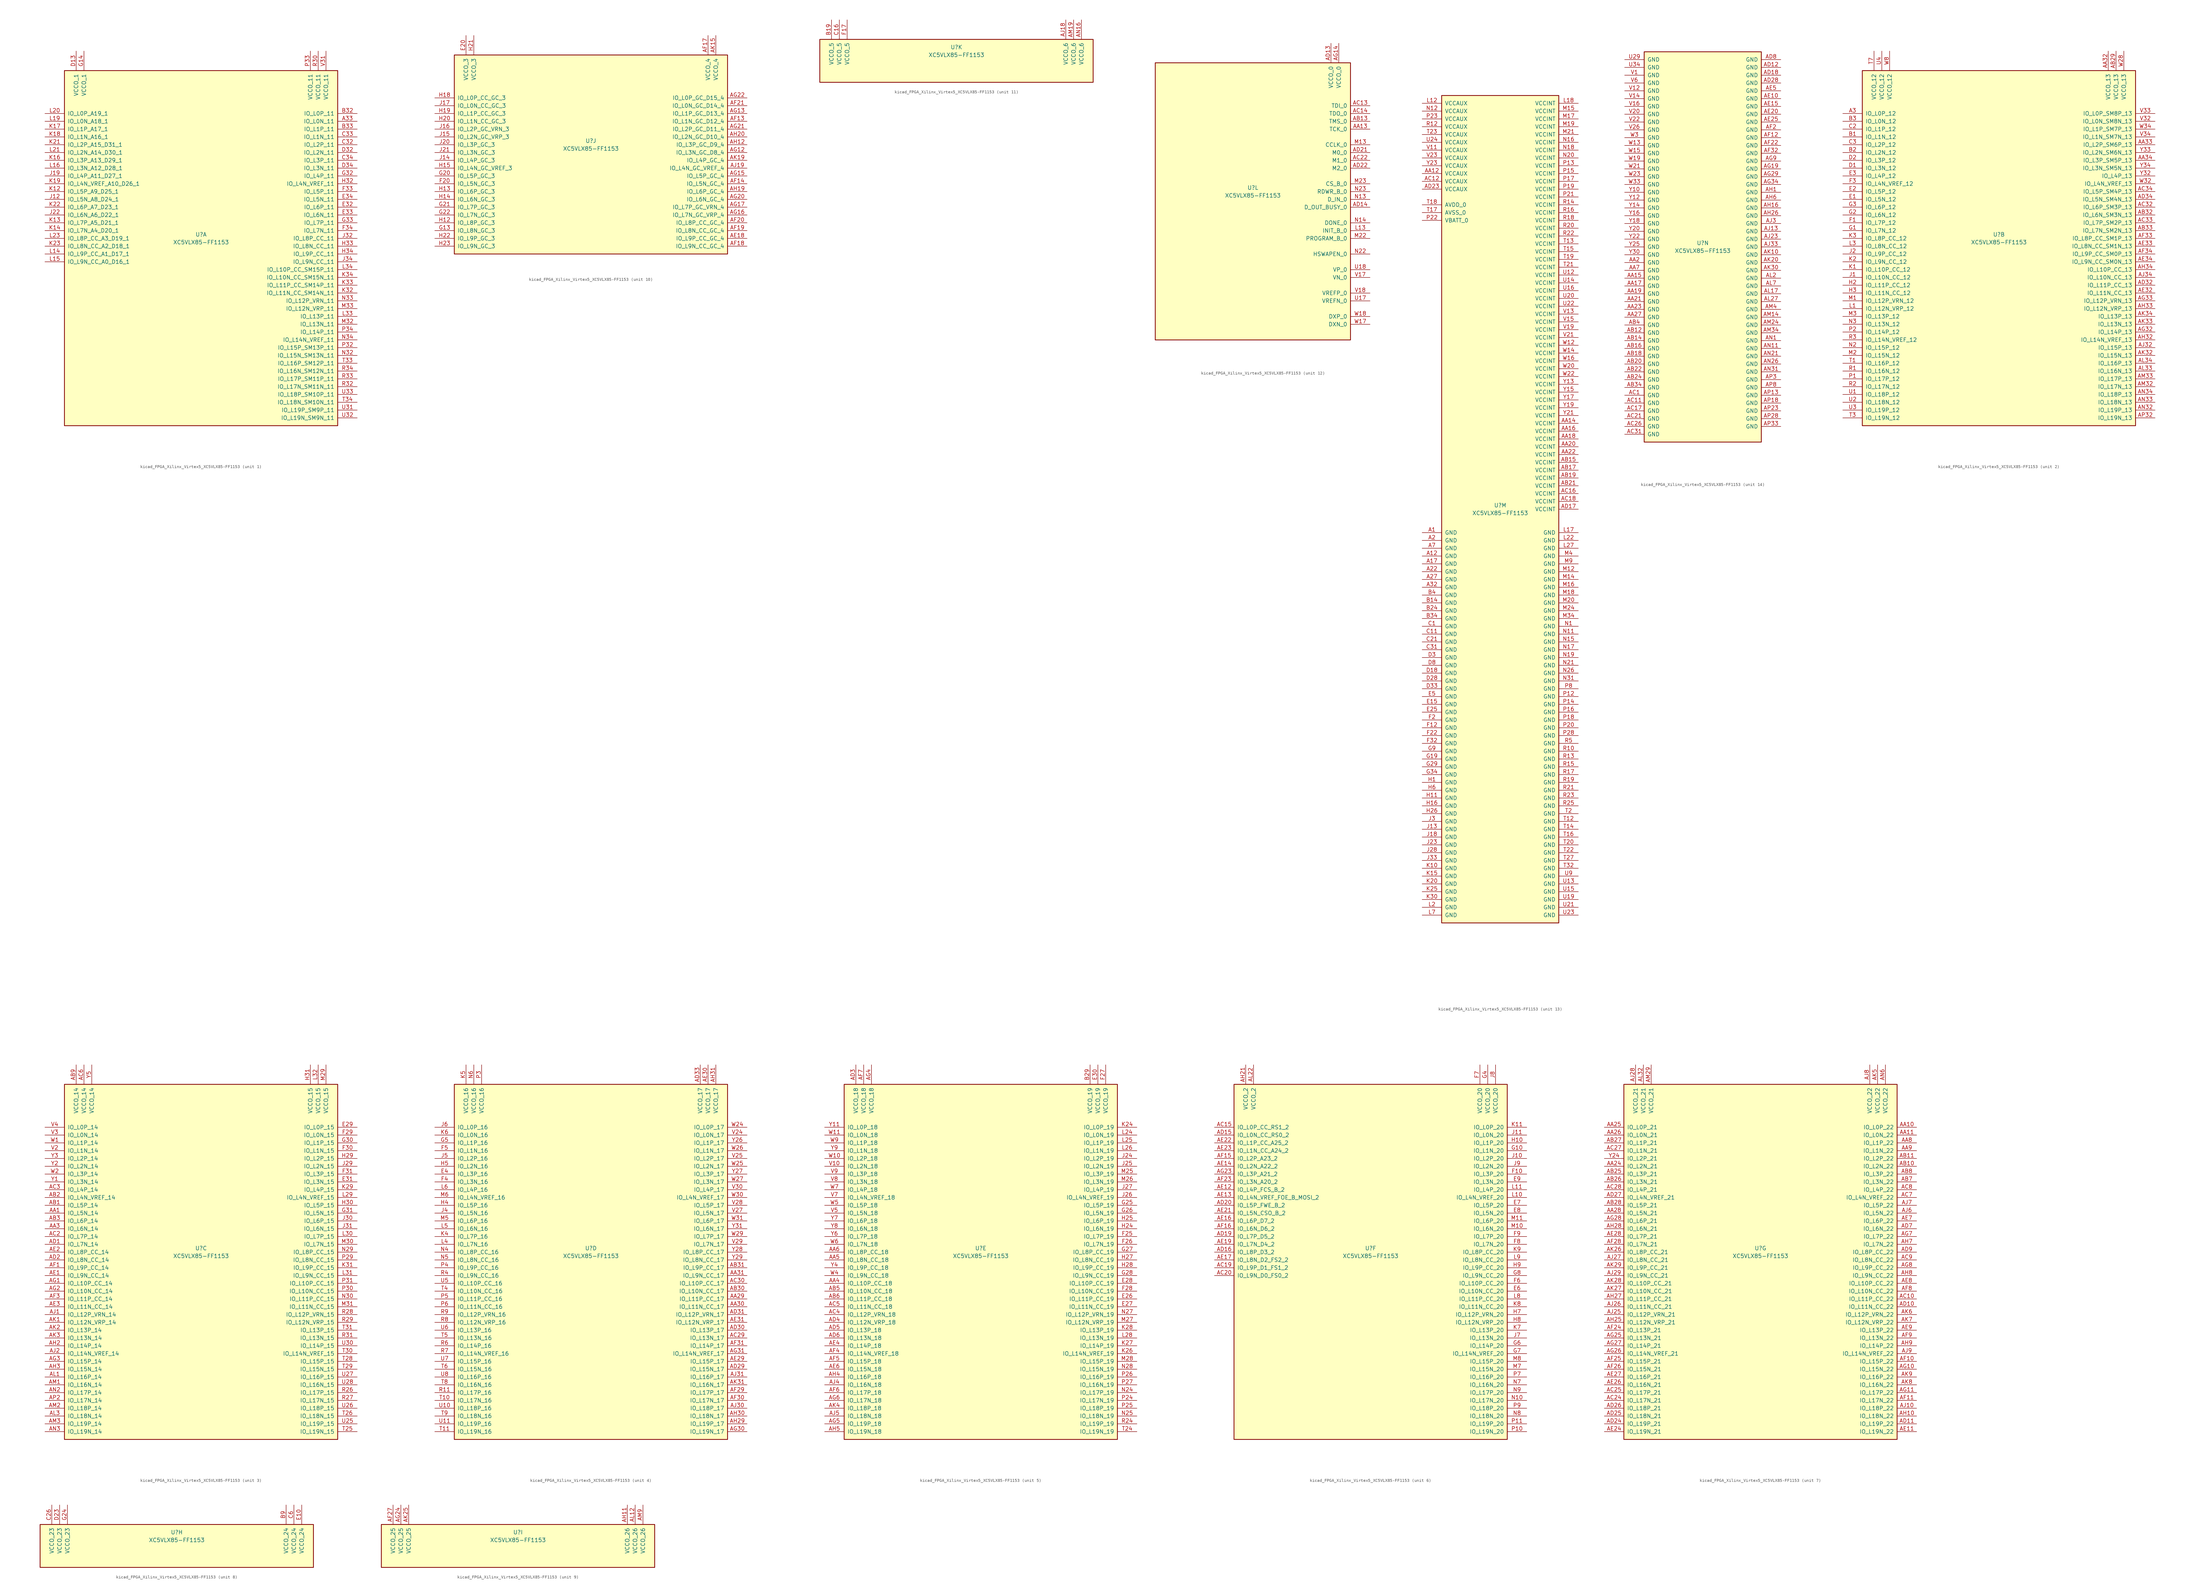
<source format=kicad_sym>
(kicad_symbol_lib
  (version 20220914)
  (generator kicad_symbol_editor)
  (symbol "kicad_FPGA_Xilinx_Virtex5_XC5VLX85-FF1153"
    (pin_names
      (offset 1.016))
    (property "Reference" "U"
      (at 0 1.27 0)
      (effects (font (size 1.27 1.27))))
    (property "Value" "XC5VLX85-FF1153"
      (at 0 -1.27 0)
      (effects (font (size 1.27 1.27))))
    (property "Datasheet" ""
      (at 0 0 0)
      (effects (font (size 1.27 1.27))))
    (property "ki_locked" ""
      (at 0 0 0)
      (effects (font (size 1.27 1.27))))
    (symbol "kicad_FPGA_Xilinx_Virtex5_XC5VLX85-FF1153_1_1"
      (rectangle (start -44.45 54.61) (end 44.45 -60.96) (stroke (width 0.254) (type default)) (fill (type background)))
      (pin bidirectional line (at 50.8 38.1 180) (length 6.35) (name "IO_L0N_11" (effects (font (size 1.27 1.27)))) (number "A33" (effects (font (size 1.27 1.27)))))
      (pin bidirectional line (at 50.8 40.64 180) (length 6.35) (name "IO_L0P_11" (effects (font (size 1.27 1.27)))) (number "B32" (effects (font (size 1.27 1.27)))))
      (pin bidirectional line (at 50.8 35.56 180) (length 6.35) (name "IO_L1P_11" (effects (font (size 1.27 1.27)))) (number "B33" (effects (font (size 1.27 1.27)))))
      (pin bidirectional line (at 50.8 30.48 180) (length 6.35) (name "IO_L2P_11" (effects (font (size 1.27 1.27)))) (number "C32" (effects (font (size 1.27 1.27)))))
      (pin bidirectional line (at 50.8 33.02 180) (length 6.35) (name "IO_L1N_11" (effects (font (size 1.27 1.27)))) (number "C33" (effects (font (size 1.27 1.27)))))
      (pin bidirectional line (at 50.8 25.4 180) (length 6.35) (name "IO_L3P_11" (effects (font (size 1.27 1.27)))) (number "C34" (effects (font (size 1.27 1.27)))))
      (pin power_in line (at -40.64 60.96 270) (length 6.35) (name "VCCO_1" (effects (font (size 1.27 1.27)))) (number "D13" (effects (font (size 1.27 1.27)))))
      (pin bidirectional line (at 50.8 27.94 180) (length 6.35) (name "IO_L2N_11" (effects (font (size 1.27 1.27)))) (number "D32" (effects (font (size 1.27 1.27)))))
      (pin bidirectional line (at 50.8 22.86 180) (length 6.35) (name "IO_L3N_11" (effects (font (size 1.27 1.27)))) (number "D34" (effects (font (size 1.27 1.27)))))
      (pin bidirectional line (at 50.8 10.16 180) (length 6.35) (name "IO_L6P_11" (effects (font (size 1.27 1.27)))) (number "E32" (effects (font (size 1.27 1.27)))))
      (pin bidirectional line (at 50.8 7.62 180) (length 6.35) (name "IO_L6N_11" (effects (font (size 1.27 1.27)))) (number "E33" (effects (font (size 1.27 1.27)))))
      (pin bidirectional line (at 50.8 12.7 180) (length 6.35) (name "IO_L5N_11" (effects (font (size 1.27 1.27)))) (number "E34" (effects (font (size 1.27 1.27)))))
      (pin bidirectional line (at 50.8 15.24 180) (length 6.35) (name "IO_L5P_11" (effects (font (size 1.27 1.27)))) (number "F33" (effects (font (size 1.27 1.27)))))
      (pin bidirectional line (at 50.8 2.54 180) (length 6.35) (name "IO_L7N_11" (effects (font (size 1.27 1.27)))) (number "F34" (effects (font (size 1.27 1.27)))))
      (pin power_in line (at -38.1 60.96 270) (length 6.35) (name "VCCO_1" (effects (font (size 1.27 1.27)))) (number "G14" (effects (font (size 1.27 1.27)))))
      (pin bidirectional line (at 50.8 20.32 180) (length 6.35) (name "IO_L4P_11" (effects (font (size 1.27 1.27)))) (number "G32" (effects (font (size 1.27 1.27)))))
      (pin bidirectional line (at 50.8 5.08 180) (length 6.35) (name "IO_L7P_11" (effects (font (size 1.27 1.27)))) (number "G33" (effects (font (size 1.27 1.27)))))
      (pin bidirectional line (at 50.8 17.78 180) (length 6.35) (name "IO_L4N_VREF_11" (effects (font (size 1.27 1.27)))) (number "H32" (effects (font (size 1.27 1.27)))))
      (pin bidirectional line (at 50.8 -2.54 180) (length 6.35) (name "IO_L8N_CC_11" (effects (font (size 1.27 1.27)))) (number "H33" (effects (font (size 1.27 1.27)))))
      (pin bidirectional line (at 50.8 -5.08 180) (length 6.35) (name "IO_L9P_CC_11" (effects (font (size 1.27 1.27)))) (number "H34" (effects (font (size 1.27 1.27)))))
      (pin bidirectional line (at -50.8 12.7 0) (length 6.35) (name "IO_L5N_A8_D24_1" (effects (font (size 1.27 1.27)))) (number "J12" (effects (font (size 1.27 1.27)))))
      (pin bidirectional line (at -50.8 20.32 0) (length 6.35) (name "IO_L4P_A11_D27_1" (effects (font (size 1.27 1.27)))) (number "J19" (effects (font (size 1.27 1.27)))))
      (pin bidirectional line (at -50.8 7.62 0) (length 6.35) (name "IO_L6N_A6_D22_1" (effects (font (size 1.27 1.27)))) (number "J22" (effects (font (size 1.27 1.27)))))
      (pin bidirectional line (at 50.8 0 180) (length 6.35) (name "IO_L8P_CC_11" (effects (font (size 1.27 1.27)))) (number "J32" (effects (font (size 1.27 1.27)))))
      (pin bidirectional line (at 50.8 -7.62 180) (length 6.35) (name "IO_L9N_CC_11" (effects (font (size 1.27 1.27)))) (number "J34" (effects (font (size 1.27 1.27)))))
      (pin bidirectional line (at -50.8 15.24 0) (length 6.35) (name "IO_L5P_A9_D25_1" (effects (font (size 1.27 1.27)))) (number "K12" (effects (font (size 1.27 1.27)))))
      (pin bidirectional line (at -50.8 5.08 0) (length 6.35) (name "IO_L7P_A5_D21_1" (effects (font (size 1.27 1.27)))) (number "K13" (effects (font (size 1.27 1.27)))))
      (pin bidirectional line (at -50.8 2.54 0) (length 6.35) (name "IO_L7N_A4_D20_1" (effects (font (size 1.27 1.27)))) (number "K14" (effects (font (size 1.27 1.27)))))
      (pin bidirectional line (at -50.8 25.4 0) (length 6.35) (name "IO_L3P_A13_D29_1" (effects (font (size 1.27 1.27)))) (number "K16" (effects (font (size 1.27 1.27)))))
      (pin bidirectional line (at -50.8 35.56 0) (length 6.35) (name "IO_L1P_A17_1" (effects (font (size 1.27 1.27)))) (number "K17" (effects (font (size 1.27 1.27)))))
      (pin bidirectional line (at -50.8 33.02 0) (length 6.35) (name "IO_L1N_A16_1" (effects (font (size 1.27 1.27)))) (number "K18" (effects (font (size 1.27 1.27)))))
      (pin bidirectional line (at -50.8 17.78 0) (length 6.35) (name "IO_L4N_VREF_A10_D26_1" (effects (font (size 1.27 1.27)))) (number "K19" (effects (font (size 1.27 1.27)))))
      (pin bidirectional line (at -50.8 30.48 0) (length 6.35) (name "IO_L2P_A15_D31_1" (effects (font (size 1.27 1.27)))) (number "K21" (effects (font (size 1.27 1.27)))))
      (pin bidirectional line (at -50.8 10.16 0) (length 6.35) (name "IO_L6P_A7_D23_1" (effects (font (size 1.27 1.27)))) (number "K22" (effects (font (size 1.27 1.27)))))
      (pin bidirectional line (at -50.8 -2.54 0) (length 6.35) (name "IO_L8N_CC_A2_D18_1" (effects (font (size 1.27 1.27)))) (number "K23" (effects (font (size 1.27 1.27)))))
      (pin bidirectional line (at 50.8 -17.78 180) (length 6.35) (name "IO_L11N_CC_SM14N_11" (effects (font (size 1.27 1.27)))) (number "K32" (effects (font (size 1.27 1.27)))))
      (pin bidirectional line (at 50.8 -15.24 180) (length 6.35) (name "IO_L11P_CC_SM14P_11" (effects (font (size 1.27 1.27)))) (number "K33" (effects (font (size 1.27 1.27)))))
      (pin bidirectional line (at 50.8 -12.7 180) (length 6.35) (name "IO_L10N_CC_SM15N_11" (effects (font (size 1.27 1.27)))) (number "K34" (effects (font (size 1.27 1.27)))))
      (pin bidirectional line (at -50.8 -5.08 0) (length 6.35) (name "IO_L9P_CC_A1_D17_1" (effects (font (size 1.27 1.27)))) (number "L14" (effects (font (size 1.27 1.27)))))
      (pin bidirectional line (at -50.8 -7.62 0) (length 6.35) (name "IO_L9N_CC_A0_D16_1" (effects (font (size 1.27 1.27)))) (number "L15" (effects (font (size 1.27 1.27)))))
      (pin bidirectional line (at -50.8 22.86 0) (length 6.35) (name "IO_L3N_A12_D28_1" (effects (font (size 1.27 1.27)))) (number "L16" (effects (font (size 1.27 1.27)))))
      (pin bidirectional line (at -50.8 38.1 0) (length 6.35) (name "IO_L0N_A18_1" (effects (font (size 1.27 1.27)))) (number "L19" (effects (font (size 1.27 1.27)))))
      (pin bidirectional line (at -50.8 40.64 0) (length 6.35) (name "IO_L0P_A19_1" (effects (font (size 1.27 1.27)))) (number "L20" (effects (font (size 1.27 1.27)))))
      (pin bidirectional line (at -50.8 27.94 0) (length 6.35) (name "IO_L2N_A14_D30_1" (effects (font (size 1.27 1.27)))) (number "L21" (effects (font (size 1.27 1.27)))))
      (pin bidirectional line (at -50.8 0 0) (length 6.35) (name "IO_L8P_CC_A3_D19_1" (effects (font (size 1.27 1.27)))) (number "L23" (effects (font (size 1.27 1.27)))))
      (pin bidirectional line (at 50.8 -25.4 180) (length 6.35) (name "IO_L13P_11" (effects (font (size 1.27 1.27)))) (number "L33" (effects (font (size 1.27 1.27)))))
      (pin bidirectional line (at 50.8 -10.16 180) (length 6.35) (name "IO_L10P_CC_SM15P_11" (effects (font (size 1.27 1.27)))) (number "L34" (effects (font (size 1.27 1.27)))))
      (pin bidirectional line (at 50.8 -27.94 180) (length 6.35) (name "IO_L13N_11" (effects (font (size 1.27 1.27)))) (number "M32" (effects (font (size 1.27 1.27)))))
      (pin bidirectional line (at 50.8 -22.86 180) (length 6.35) (name "IO_L12N_VRP_11" (effects (font (size 1.27 1.27)))) (number "M33" (effects (font (size 1.27 1.27)))))
      (pin bidirectional line (at 50.8 -38.1 180) (length 6.35) (name "IO_L15N_SM13N_11" (effects (font (size 1.27 1.27)))) (number "N32" (effects (font (size 1.27 1.27)))))
      (pin bidirectional line (at 50.8 -20.32 180) (length 6.35) (name "IO_L12P_VRN_11" (effects (font (size 1.27 1.27)))) (number "N33" (effects (font (size 1.27 1.27)))))
      (pin bidirectional line (at 50.8 -33.02 180) (length 6.35) (name "IO_L14N_VREF_11" (effects (font (size 1.27 1.27)))) (number "N34" (effects (font (size 1.27 1.27)))))
      (pin bidirectional line (at 50.8 -35.56 180) (length 6.35) (name "IO_L15P_SM13P_11" (effects (font (size 1.27 1.27)))) (number "P32" (effects (font (size 1.27 1.27)))))
      (pin power_in line (at 35.56 60.96 270) (length 6.35) (name "VCCO_11" (effects (font (size 1.27 1.27)))) (number "P33" (effects (font (size 1.27 1.27)))))
      (pin bidirectional line (at 50.8 -30.48 180) (length 6.35) (name "IO_L14P_11" (effects (font (size 1.27 1.27)))) (number "P34" (effects (font (size 1.27 1.27)))))
      (pin power_in line (at 38.1 60.96 270) (length 6.35) (name "VCCO_11" (effects (font (size 1.27 1.27)))) (number "R30" (effects (font (size 1.27 1.27)))))
      (pin bidirectional line (at 50.8 -48.26 180) (length 6.35) (name "IO_L17N_SM11N_11" (effects (font (size 1.27 1.27)))) (number "R32" (effects (font (size 1.27 1.27)))))
      (pin bidirectional line (at 50.8 -45.72 180) (length 6.35) (name "IO_L17P_SM11P_11" (effects (font (size 1.27 1.27)))) (number "R33" (effects (font (size 1.27 1.27)))))
      (pin bidirectional line (at 50.8 -43.18 180) (length 6.35) (name "IO_L16N_SM12N_11" (effects (font (size 1.27 1.27)))) (number "R34" (effects (font (size 1.27 1.27)))))
      (pin bidirectional line (at 50.8 -40.64 180) (length 6.35) (name "IO_L16P_SM12P_11" (effects (font (size 1.27 1.27)))) (number "T33" (effects (font (size 1.27 1.27)))))
      (pin bidirectional line (at 50.8 -53.34 180) (length 6.35) (name "IO_L18N_SM10N_11" (effects (font (size 1.27 1.27)))) (number "T34" (effects (font (size 1.27 1.27)))))
      (pin bidirectional line (at 50.8 -55.88 180) (length 6.35) (name "IO_L19P_SM9P_11" (effects (font (size 1.27 1.27)))) (number "U31" (effects (font (size 1.27 1.27)))))
      (pin bidirectional line (at 50.8 -58.42 180) (length 6.35) (name "IO_L19N_SM9N_11" (effects (font (size 1.27 1.27)))) (number "U32" (effects (font (size 1.27 1.27)))))
      (pin bidirectional line (at 50.8 -50.8 180) (length 6.35) (name "IO_L18P_SM10P_11" (effects (font (size 1.27 1.27)))) (number "U33" (effects (font (size 1.27 1.27)))))
      (pin power_in line (at 40.64 60.96 270) (length 6.35) (name "VCCO_11" (effects (font (size 1.27 1.27)))) (number "V31" (effects (font (size 1.27 1.27))))))
    (symbol "kicad_FPGA_Xilinx_Virtex5_XC5VLX85-FF1153_2_1"
      (rectangle (start -44.45 54.61) (end 44.45 -60.96) (stroke (width 0.254) (type default)) (fill (type background)))
      (pin bidirectional line (at -50.8 40.64 0) (length 6.35) (name "IO_L0P_12" (effects (font (size 1.27 1.27)))) (number "A3" (effects (font (size 1.27 1.27)))))
      (pin power_in line (at 35.56 60.96 270) (length 6.35) (name "VCCO_13" (effects (font (size 1.27 1.27)))) (number "AA32" (effects (font (size 1.27 1.27)))))
      (pin bidirectional line (at 50.8 30.48 180) (length 6.35) (name "IO_L2P_SM6P_13" (effects (font (size 1.27 1.27)))) (number "AA33" (effects (font (size 1.27 1.27)))))
      (pin bidirectional line (at 50.8 25.4 180) (length 6.35) (name "IO_L3P_SM5P_13" (effects (font (size 1.27 1.27)))) (number "AA34" (effects (font (size 1.27 1.27)))))
      (pin power_in line (at 38.1 60.96 270) (length 6.35) (name "VCCO_13" (effects (font (size 1.27 1.27)))) (number "AB29" (effects (font (size 1.27 1.27)))))
      (pin bidirectional line (at 50.8 7.62 180) (length 6.35) (name "IO_L6N_SM3N_13" (effects (font (size 1.27 1.27)))) (number "AB32" (effects (font (size 1.27 1.27)))))
      (pin bidirectional line (at 50.8 2.54 180) (length 6.35) (name "IO_L7N_SM2N_13" (effects (font (size 1.27 1.27)))) (number "AB33" (effects (font (size 1.27 1.27)))))
      (pin bidirectional line (at 50.8 10.16 180) (length 6.35) (name "IO_L6P_SM3P_13" (effects (font (size 1.27 1.27)))) (number "AC32" (effects (font (size 1.27 1.27)))))
      (pin bidirectional line (at 50.8 5.08 180) (length 6.35) (name "IO_L7P_SM2P_13" (effects (font (size 1.27 1.27)))) (number "AC33" (effects (font (size 1.27 1.27)))))
      (pin bidirectional line (at 50.8 15.24 180) (length 6.35) (name "IO_L5P_SM4P_13" (effects (font (size 1.27 1.27)))) (number "AC34" (effects (font (size 1.27 1.27)))))
      (pin bidirectional line (at 50.8 -15.24 180) (length 6.35) (name "IO_L11P_CC_13" (effects (font (size 1.27 1.27)))) (number "AD32" (effects (font (size 1.27 1.27)))))
      (pin bidirectional line (at 50.8 12.7 180) (length 6.35) (name "IO_L5N_SM4N_13" (effects (font (size 1.27 1.27)))) (number "AD34" (effects (font (size 1.27 1.27)))))
      (pin bidirectional line (at 50.8 -17.78 180) (length 6.35) (name "IO_L11N_CC_13" (effects (font (size 1.27 1.27)))) (number "AE32" (effects (font (size 1.27 1.27)))))
      (pin bidirectional line (at 50.8 -2.54 180) (length 6.35) (name "IO_L8N_CC_SM1N_13" (effects (font (size 1.27 1.27)))) (number "AE33" (effects (font (size 1.27 1.27)))))
      (pin bidirectional line (at 50.8 -7.62 180) (length 6.35) (name "IO_L9N_CC_SM0N_13" (effects (font (size 1.27 1.27)))) (number "AE34" (effects (font (size 1.27 1.27)))))
      (pin bidirectional line (at 50.8 0 180) (length 6.35) (name "IO_L8P_CC_SM1P_13" (effects (font (size 1.27 1.27)))) (number "AF33" (effects (font (size 1.27 1.27)))))
      (pin bidirectional line (at 50.8 -5.08 180) (length 6.35) (name "IO_L9P_CC_SM0P_13" (effects (font (size 1.27 1.27)))) (number "AF34" (effects (font (size 1.27 1.27)))))
      (pin bidirectional line (at 50.8 -30.48 180) (length 6.35) (name "IO_L14P_13" (effects (font (size 1.27 1.27)))) (number "AG32" (effects (font (size 1.27 1.27)))))
      (pin bidirectional line (at 50.8 -20.32 180) (length 6.35) (name "IO_L12P_VRN_13" (effects (font (size 1.27 1.27)))) (number "AG33" (effects (font (size 1.27 1.27)))))
      (pin bidirectional line (at 50.8 -33.02 180) (length 6.35) (name "IO_L14N_VREF_13" (effects (font (size 1.27 1.27)))) (number "AH32" (effects (font (size 1.27 1.27)))))
      (pin bidirectional line (at 50.8 -22.86 180) (length 6.35) (name "IO_L12N_VRP_13" (effects (font (size 1.27 1.27)))) (number "AH33" (effects (font (size 1.27 1.27)))))
      (pin bidirectional line (at 50.8 -10.16 180) (length 6.35) (name "IO_L10P_CC_13" (effects (font (size 1.27 1.27)))) (number "AH34" (effects (font (size 1.27 1.27)))))
      (pin bidirectional line (at 50.8 -35.56 180) (length 6.35) (name "IO_L15P_13" (effects (font (size 1.27 1.27)))) (number "AJ32" (effects (font (size 1.27 1.27)))))
      (pin bidirectional line (at 50.8 -12.7 180) (length 6.35) (name "IO_L10N_CC_13" (effects (font (size 1.27 1.27)))) (number "AJ34" (effects (font (size 1.27 1.27)))))
      (pin bidirectional line (at 50.8 -38.1 180) (length 6.35) (name "IO_L15N_13" (effects (font (size 1.27 1.27)))) (number "AK32" (effects (font (size 1.27 1.27)))))
      (pin bidirectional line (at 50.8 -27.94 180) (length 6.35) (name "IO_L13N_13" (effects (font (size 1.27 1.27)))) (number "AK33" (effects (font (size 1.27 1.27)))))
      (pin bidirectional line (at 50.8 -25.4 180) (length 6.35) (name "IO_L13P_13" (effects (font (size 1.27 1.27)))) (number "AK34" (effects (font (size 1.27 1.27)))))
      (pin bidirectional line (at 50.8 -43.18 180) (length 6.35) (name "IO_L16N_13" (effects (font (size 1.27 1.27)))) (number "AL33" (effects (font (size 1.27 1.27)))))
      (pin bidirectional line (at 50.8 -40.64 180) (length 6.35) (name "IO_L16P_13" (effects (font (size 1.27 1.27)))) (number "AL34" (effects (font (size 1.27 1.27)))))
      (pin bidirectional line (at 50.8 -48.26 180) (length 6.35) (name "IO_L17N_13" (effects (font (size 1.27 1.27)))) (number "AM32" (effects (font (size 1.27 1.27)))))
      (pin bidirectional line (at 50.8 -45.72 180) (length 6.35) (name "IO_L17P_13" (effects (font (size 1.27 1.27)))) (number "AM33" (effects (font (size 1.27 1.27)))))
      (pin bidirectional line (at 50.8 -55.88 180) (length 6.35) (name "IO_L19P_13" (effects (font (size 1.27 1.27)))) (number "AN32" (effects (font (size 1.27 1.27)))))
      (pin bidirectional line (at 50.8 -53.34 180) (length 6.35) (name "IO_L18N_13" (effects (font (size 1.27 1.27)))) (number "AN33" (effects (font (size 1.27 1.27)))))
      (pin bidirectional line (at 50.8 -50.8 180) (length 6.35) (name "IO_L18P_13" (effects (font (size 1.27 1.27)))) (number "AN34" (effects (font (size 1.27 1.27)))))
      (pin bidirectional line (at 50.8 -58.42 180) (length 6.35) (name "IO_L19N_13" (effects (font (size 1.27 1.27)))) (number "AP32" (effects (font (size 1.27 1.27)))))
      (pin bidirectional line (at -50.8 33.02 0) (length 6.35) (name "IO_L1N_12" (effects (font (size 1.27 1.27)))) (number "B1" (effects (font (size 1.27 1.27)))))
      (pin bidirectional line (at -50.8 27.94 0) (length 6.35) (name "IO_L2N_12" (effects (font (size 1.27 1.27)))) (number "B2" (effects (font (size 1.27 1.27)))))
      (pin bidirectional line (at -50.8 38.1 0) (length 6.35) (name "IO_L0N_12" (effects (font (size 1.27 1.27)))) (number "B3" (effects (font (size 1.27 1.27)))))
      (pin bidirectional line (at -50.8 35.56 0) (length 6.35) (name "IO_L1P_12" (effects (font (size 1.27 1.27)))) (number "C2" (effects (font (size 1.27 1.27)))))
      (pin bidirectional line (at -50.8 30.48 0) (length 6.35) (name "IO_L2P_12" (effects (font (size 1.27 1.27)))) (number "C3" (effects (font (size 1.27 1.27)))))
      (pin bidirectional line (at -50.8 22.86 0) (length 6.35) (name "IO_L3N_12" (effects (font (size 1.27 1.27)))) (number "D1" (effects (font (size 1.27 1.27)))))
      (pin bidirectional line (at -50.8 25.4 0) (length 6.35) (name "IO_L3P_12" (effects (font (size 1.27 1.27)))) (number "D2" (effects (font (size 1.27 1.27)))))
      (pin bidirectional line (at -50.8 12.7 0) (length 6.35) (name "IO_L5N_12" (effects (font (size 1.27 1.27)))) (number "E1" (effects (font (size 1.27 1.27)))))
      (pin bidirectional line (at -50.8 15.24 0) (length 6.35) (name "IO_L5P_12" (effects (font (size 1.27 1.27)))) (number "E2" (effects (font (size 1.27 1.27)))))
      (pin bidirectional line (at -50.8 20.32 0) (length 6.35) (name "IO_L4P_12" (effects (font (size 1.27 1.27)))) (number "E3" (effects (font (size 1.27 1.27)))))
      (pin bidirectional line (at -50.8 5.08 0) (length 6.35) (name "IO_L7P_12" (effects (font (size 1.27 1.27)))) (number "F1" (effects (font (size 1.27 1.27)))))
      (pin bidirectional line (at -50.8 17.78 0) (length 6.35) (name "IO_L4N_VREF_12" (effects (font (size 1.27 1.27)))) (number "F3" (effects (font (size 1.27 1.27)))))
      (pin bidirectional line (at -50.8 2.54 0) (length 6.35) (name "IO_L7N_12" (effects (font (size 1.27 1.27)))) (number "G1" (effects (font (size 1.27 1.27)))))
      (pin bidirectional line (at -50.8 7.62 0) (length 6.35) (name "IO_L6N_12" (effects (font (size 1.27 1.27)))) (number "G2" (effects (font (size 1.27 1.27)))))
      (pin bidirectional line (at -50.8 10.16 0) (length 6.35) (name "IO_L6P_12" (effects (font (size 1.27 1.27)))) (number "G3" (effects (font (size 1.27 1.27)))))
      (pin bidirectional line (at -50.8 -15.24 0) (length 6.35) (name "IO_L11P_CC_12" (effects (font (size 1.27 1.27)))) (number "H2" (effects (font (size 1.27 1.27)))))
      (pin bidirectional line (at -50.8 -17.78 0) (length 6.35) (name "IO_L11N_CC_12" (effects (font (size 1.27 1.27)))) (number "H3" (effects (font (size 1.27 1.27)))))
      (pin bidirectional line (at -50.8 -12.7 0) (length 6.35) (name "IO_L10N_CC_12" (effects (font (size 1.27 1.27)))) (number "J1" (effects (font (size 1.27 1.27)))))
      (pin bidirectional line (at -50.8 -5.08 0) (length 6.35) (name "IO_L9P_CC_12" (effects (font (size 1.27 1.27)))) (number "J2" (effects (font (size 1.27 1.27)))))
      (pin bidirectional line (at -50.8 -10.16 0) (length 6.35) (name "IO_L10P_CC_12" (effects (font (size 1.27 1.27)))) (number "K1" (effects (font (size 1.27 1.27)))))
      (pin bidirectional line (at -50.8 -7.62 0) (length 6.35) (name "IO_L9N_CC_12" (effects (font (size 1.27 1.27)))) (number "K2" (effects (font (size 1.27 1.27)))))
      (pin bidirectional line (at -50.8 0 0) (length 6.35) (name "IO_L8P_CC_12" (effects (font (size 1.27 1.27)))) (number "K3" (effects (font (size 1.27 1.27)))))
      (pin bidirectional line (at -50.8 -22.86 0) (length 6.35) (name "IO_L12N_VRP_12" (effects (font (size 1.27 1.27)))) (number "L1" (effects (font (size 1.27 1.27)))))
      (pin bidirectional line (at -50.8 -2.54 0) (length 6.35) (name "IO_L8N_CC_12" (effects (font (size 1.27 1.27)))) (number "L3" (effects (font (size 1.27 1.27)))))
      (pin bidirectional line (at -50.8 -20.32 0) (length 6.35) (name "IO_L12P_VRN_12" (effects (font (size 1.27 1.27)))) (number "M1" (effects (font (size 1.27 1.27)))))
      (pin bidirectional line (at -50.8 -38.1 0) (length 6.35) (name "IO_L15N_12" (effects (font (size 1.27 1.27)))) (number "M2" (effects (font (size 1.27 1.27)))))
      (pin bidirectional line (at -50.8 -25.4 0) (length 6.35) (name "IO_L13P_12" (effects (font (size 1.27 1.27)))) (number "M3" (effects (font (size 1.27 1.27)))))
      (pin bidirectional line (at -50.8 -35.56 0) (length 6.35) (name "IO_L15P_12" (effects (font (size 1.27 1.27)))) (number "N2" (effects (font (size 1.27 1.27)))))
      (pin bidirectional line (at -50.8 -27.94 0) (length 6.35) (name "IO_L13N_12" (effects (font (size 1.27 1.27)))) (number "N3" (effects (font (size 1.27 1.27)))))
      (pin bidirectional line (at -50.8 -45.72 0) (length 6.35) (name "IO_L17P_12" (effects (font (size 1.27 1.27)))) (number "P1" (effects (font (size 1.27 1.27)))))
      (pin bidirectional line (at -50.8 -30.48 0) (length 6.35) (name "IO_L14P_12" (effects (font (size 1.27 1.27)))) (number "P2" (effects (font (size 1.27 1.27)))))
      (pin bidirectional line (at -50.8 -43.18 0) (length 6.35) (name "IO_L16N_12" (effects (font (size 1.27 1.27)))) (number "R1" (effects (font (size 1.27 1.27)))))
      (pin bidirectional line (at -50.8 -48.26 0) (length 6.35) (name "IO_L17N_12" (effects (font (size 1.27 1.27)))) (number "R2" (effects (font (size 1.27 1.27)))))
      (pin bidirectional line (at -50.8 -33.02 0) (length 6.35) (name "IO_L14N_VREF_12" (effects (font (size 1.27 1.27)))) (number "R3" (effects (font (size 1.27 1.27)))))
      (pin bidirectional line (at -50.8 -40.64 0) (length 6.35) (name "IO_L16P_12" (effects (font (size 1.27 1.27)))) (number "T1" (effects (font (size 1.27 1.27)))))
      (pin bidirectional line (at -50.8 -58.42 0) (length 6.35) (name "IO_L19N_12" (effects (font (size 1.27 1.27)))) (number "T3" (effects (font (size 1.27 1.27)))))
      (pin power_in line (at -40.64 60.96 270) (length 6.35) (name "VCCO_12" (effects (font (size 1.27 1.27)))) (number "T7" (effects (font (size 1.27 1.27)))))
      (pin bidirectional line (at -50.8 -50.8 0) (length 6.35) (name "IO_L18P_12" (effects (font (size 1.27 1.27)))) (number "U1" (effects (font (size 1.27 1.27)))))
      (pin bidirectional line (at -50.8 -53.34 0) (length 6.35) (name "IO_L18N_12" (effects (font (size 1.27 1.27)))) (number "U2" (effects (font (size 1.27 1.27)))))
      (pin bidirectional line (at -50.8 -55.88 0) (length 6.35) (name "IO_L19P_12" (effects (font (size 1.27 1.27)))) (number "U3" (effects (font (size 1.27 1.27)))))
      (pin power_in line (at -38.1 60.96 270) (length 6.35) (name "VCCO_12" (effects (font (size 1.27 1.27)))) (number "U4" (effects (font (size 1.27 1.27)))))
      (pin bidirectional line (at 50.8 38.1 180) (length 6.35) (name "IO_L0N_SM8N_13" (effects (font (size 1.27 1.27)))) (number "V32" (effects (font (size 1.27 1.27)))))
      (pin bidirectional line (at 50.8 40.64 180) (length 6.35) (name "IO_L0P_SM8P_13" (effects (font (size 1.27 1.27)))) (number "V33" (effects (font (size 1.27 1.27)))))
      (pin bidirectional line (at 50.8 33.02 180) (length 6.35) (name "IO_L1N_SM7N_13" (effects (font (size 1.27 1.27)))) (number "V34" (effects (font (size 1.27 1.27)))))
      (pin power_in line (at 40.64 60.96 270) (length 6.35) (name "VCCO_13" (effects (font (size 1.27 1.27)))) (number "W28" (effects (font (size 1.27 1.27)))))
      (pin bidirectional line (at 50.8 17.78 180) (length 6.35) (name "IO_L4N_VREF_13" (effects (font (size 1.27 1.27)))) (number "W32" (effects (font (size 1.27 1.27)))))
      (pin bidirectional line (at 50.8 35.56 180) (length 6.35) (name "IO_L1P_SM7P_13" (effects (font (size 1.27 1.27)))) (number "W34" (effects (font (size 1.27 1.27)))))
      (pin power_in line (at -35.56 60.96 270) (length 6.35) (name "VCCO_12" (effects (font (size 1.27 1.27)))) (number "W8" (effects (font (size 1.27 1.27)))))
      (pin bidirectional line (at 50.8 20.32 180) (length 6.35) (name "IO_L4P_13" (effects (font (size 1.27 1.27)))) (number "Y32" (effects (font (size 1.27 1.27)))))
      (pin bidirectional line (at 50.8 27.94 180) (length 6.35) (name "IO_L2N_SM6N_13" (effects (font (size 1.27 1.27)))) (number "Y33" (effects (font (size 1.27 1.27)))))
      (pin bidirectional line (at 50.8 22.86 180) (length 6.35) (name "IO_L3N_SM5N_13" (effects (font (size 1.27 1.27)))) (number "Y34" (effects (font (size 1.27 1.27))))))
    (symbol "kicad_FPGA_Xilinx_Virtex5_XC5VLX85-FF1153_3_1"
      (rectangle (start -44.45 54.61) (end 44.45 -60.96) (stroke (width 0.254) (type default)) (fill (type background)))
      (pin bidirectional line (at -50.8 12.7 0) (length 6.35) (name "IO_L5N_14" (effects (font (size 1.27 1.27)))) (number "AA1" (effects (font (size 1.27 1.27)))))
      (pin bidirectional line (at -50.8 7.62 0) (length 6.35) (name "IO_L6N_14" (effects (font (size 1.27 1.27)))) (number "AA3" (effects (font (size 1.27 1.27)))))
      (pin bidirectional line (at -50.8 15.24 0) (length 6.35) (name "IO_L5P_14" (effects (font (size 1.27 1.27)))) (number "AB1" (effects (font (size 1.27 1.27)))))
      (pin bidirectional line (at -50.8 17.78 0) (length 6.35) (name "IO_L4N_VREF_14" (effects (font (size 1.27 1.27)))) (number "AB2" (effects (font (size 1.27 1.27)))))
      (pin bidirectional line (at -50.8 10.16 0) (length 6.35) (name "IO_L6P_14" (effects (font (size 1.27 1.27)))) (number "AB3" (effects (font (size 1.27 1.27)))))
      (pin power_in line (at -40.64 60.96 270) (length 6.35) (name "VCCO_14" (effects (font (size 1.27 1.27)))) (number "AB9" (effects (font (size 1.27 1.27)))))
      (pin bidirectional line (at -50.8 5.08 0) (length 6.35) (name "IO_L7P_14" (effects (font (size 1.27 1.27)))) (number "AC2" (effects (font (size 1.27 1.27)))))
      (pin bidirectional line (at -50.8 20.32 0) (length 6.35) (name "IO_L4P_14" (effects (font (size 1.27 1.27)))) (number "AC3" (effects (font (size 1.27 1.27)))))
      (pin power_in line (at -38.1 60.96 270) (length 6.35) (name "VCCO_14" (effects (font (size 1.27 1.27)))) (number "AC6" (effects (font (size 1.27 1.27)))))
      (pin bidirectional line (at -50.8 2.54 0) (length 6.35) (name "IO_L7N_14" (effects (font (size 1.27 1.27)))) (number "AD1" (effects (font (size 1.27 1.27)))))
      (pin bidirectional line (at -50.8 -2.54 0) (length 6.35) (name "IO_L8N_CC_14" (effects (font (size 1.27 1.27)))) (number "AD2" (effects (font (size 1.27 1.27)))))
      (pin bidirectional line (at -50.8 -7.62 0) (length 6.35) (name "IO_L9N_CC_14" (effects (font (size 1.27 1.27)))) (number "AE1" (effects (font (size 1.27 1.27)))))
      (pin bidirectional line (at -50.8 0 0) (length 6.35) (name "IO_L8P_CC_14" (effects (font (size 1.27 1.27)))) (number "AE2" (effects (font (size 1.27 1.27)))))
      (pin bidirectional line (at -50.8 -17.78 0) (length 6.35) (name "IO_L11N_CC_14" (effects (font (size 1.27 1.27)))) (number "AE3" (effects (font (size 1.27 1.27)))))
      (pin bidirectional line (at -50.8 -5.08 0) (length 6.35) (name "IO_L9P_CC_14" (effects (font (size 1.27 1.27)))) (number "AF1" (effects (font (size 1.27 1.27)))))
      (pin bidirectional line (at -50.8 -15.24 0) (length 6.35) (name "IO_L11P_CC_14" (effects (font (size 1.27 1.27)))) (number "AF3" (effects (font (size 1.27 1.27)))))
      (pin bidirectional line (at -50.8 -10.16 0) (length 6.35) (name "IO_L10P_CC_14" (effects (font (size 1.27 1.27)))) (number "AG1" (effects (font (size 1.27 1.27)))))
      (pin bidirectional line (at -50.8 -12.7 0) (length 6.35) (name "IO_L10N_CC_14" (effects (font (size 1.27 1.27)))) (number "AG2" (effects (font (size 1.27 1.27)))))
      (pin bidirectional line (at -50.8 -35.56 0) (length 6.35) (name "IO_L15P_14" (effects (font (size 1.27 1.27)))) (number "AG3" (effects (font (size 1.27 1.27)))))
      (pin bidirectional line (at -50.8 -30.48 0) (length 6.35) (name "IO_L14P_14" (effects (font (size 1.27 1.27)))) (number "AH2" (effects (font (size 1.27 1.27)))))
      (pin bidirectional line (at -50.8 -38.1 0) (length 6.35) (name "IO_L15N_14" (effects (font (size 1.27 1.27)))) (number "AH3" (effects (font (size 1.27 1.27)))))
      (pin bidirectional line (at -50.8 -20.32 0) (length 6.35) (name "IO_L12P_VRN_14" (effects (font (size 1.27 1.27)))) (number "AJ1" (effects (font (size 1.27 1.27)))))
      (pin bidirectional line (at -50.8 -33.02 0) (length 6.35) (name "IO_L14N_VREF_14" (effects (font (size 1.27 1.27)))) (number "AJ2" (effects (font (size 1.27 1.27)))))
      (pin bidirectional line (at -50.8 -22.86 0) (length 6.35) (name "IO_L12N_VRP_14" (effects (font (size 1.27 1.27)))) (number "AK1" (effects (font (size 1.27 1.27)))))
      (pin bidirectional line (at -50.8 -25.4 0) (length 6.35) (name "IO_L13P_14" (effects (font (size 1.27 1.27)))) (number "AK2" (effects (font (size 1.27 1.27)))))
      (pin bidirectional line (at -50.8 -27.94 0) (length 6.35) (name "IO_L13N_14" (effects (font (size 1.27 1.27)))) (number "AK3" (effects (font (size 1.27 1.27)))))
      (pin bidirectional line (at -50.8 -40.64 0) (length 6.35) (name "IO_L16P_14" (effects (font (size 1.27 1.27)))) (number "AL1" (effects (font (size 1.27 1.27)))))
      (pin bidirectional line (at -50.8 -53.34 0) (length 6.35) (name "IO_L18N_14" (effects (font (size 1.27 1.27)))) (number "AL3" (effects (font (size 1.27 1.27)))))
      (pin bidirectional line (at -50.8 -43.18 0) (length 6.35) (name "IO_L16N_14" (effects (font (size 1.27 1.27)))) (number "AM1" (effects (font (size 1.27 1.27)))))
      (pin bidirectional line (at -50.8 -50.8 0) (length 6.35) (name "IO_L18P_14" (effects (font (size 1.27 1.27)))) (number "AM2" (effects (font (size 1.27 1.27)))))
      (pin bidirectional line (at -50.8 -55.88 0) (length 6.35) (name "IO_L19P_14" (effects (font (size 1.27 1.27)))) (number "AM3" (effects (font (size 1.27 1.27)))))
      (pin bidirectional line (at -50.8 -45.72 0) (length 6.35) (name "IO_L17P_14" (effects (font (size 1.27 1.27)))) (number "AN2" (effects (font (size 1.27 1.27)))))
      (pin bidirectional line (at -50.8 -58.42 0) (length 6.35) (name "IO_L19N_14" (effects (font (size 1.27 1.27)))) (number "AN3" (effects (font (size 1.27 1.27)))))
      (pin bidirectional line (at -50.8 -48.26 0) (length 6.35) (name "IO_L17N_14" (effects (font (size 1.27 1.27)))) (number "AP2" (effects (font (size 1.27 1.27)))))
      (pin bidirectional line (at 50.8 40.64 180) (length 6.35) (name "IO_L0P_15" (effects (font (size 1.27 1.27)))) (number "E29" (effects (font (size 1.27 1.27)))))
      (pin bidirectional line (at 50.8 22.86 180) (length 6.35) (name "IO_L3N_15" (effects (font (size 1.27 1.27)))) (number "E31" (effects (font (size 1.27 1.27)))))
      (pin bidirectional line (at 50.8 38.1 180) (length 6.35) (name "IO_L0N_15" (effects (font (size 1.27 1.27)))) (number "F29" (effects (font (size 1.27 1.27)))))
      (pin bidirectional line (at 50.8 33.02 180) (length 6.35) (name "IO_L1N_15" (effects (font (size 1.27 1.27)))) (number "F30" (effects (font (size 1.27 1.27)))))
      (pin bidirectional line (at 50.8 25.4 180) (length 6.35) (name "IO_L3P_15" (effects (font (size 1.27 1.27)))) (number "F31" (effects (font (size 1.27 1.27)))))
      (pin bidirectional line (at 50.8 35.56 180) (length 6.35) (name "IO_L1P_15" (effects (font (size 1.27 1.27)))) (number "G30" (effects (font (size 1.27 1.27)))))
      (pin bidirectional line (at 50.8 12.7 180) (length 6.35) (name "IO_L5N_15" (effects (font (size 1.27 1.27)))) (number "G31" (effects (font (size 1.27 1.27)))))
      (pin bidirectional line (at 50.8 30.48 180) (length 6.35) (name "IO_L2P_15" (effects (font (size 1.27 1.27)))) (number "H29" (effects (font (size 1.27 1.27)))))
      (pin bidirectional line (at 50.8 15.24 180) (length 6.35) (name "IO_L5P_15" (effects (font (size 1.27 1.27)))) (number "H30" (effects (font (size 1.27 1.27)))))
      (pin power_in line (at 35.56 60.96 270) (length 6.35) (name "VCCO_15" (effects (font (size 1.27 1.27)))) (number "H31" (effects (font (size 1.27 1.27)))))
      (pin bidirectional line (at 50.8 27.94 180) (length 6.35) (name "IO_L2N_15" (effects (font (size 1.27 1.27)))) (number "J29" (effects (font (size 1.27 1.27)))))
      (pin bidirectional line (at 50.8 10.16 180) (length 6.35) (name "IO_L6P_15" (effects (font (size 1.27 1.27)))) (number "J30" (effects (font (size 1.27 1.27)))))
      (pin bidirectional line (at 50.8 7.62 180) (length 6.35) (name "IO_L6N_15" (effects (font (size 1.27 1.27)))) (number "J31" (effects (font (size 1.27 1.27)))))
      (pin bidirectional line (at 50.8 20.32 180) (length 6.35) (name "IO_L4P_15" (effects (font (size 1.27 1.27)))) (number "K29" (effects (font (size 1.27 1.27)))))
      (pin bidirectional line (at 50.8 -5.08 180) (length 6.35) (name "IO_L9P_CC_15" (effects (font (size 1.27 1.27)))) (number "K31" (effects (font (size 1.27 1.27)))))
      (pin bidirectional line (at 50.8 17.78 180) (length 6.35) (name "IO_L4N_VREF_15" (effects (font (size 1.27 1.27)))) (number "L29" (effects (font (size 1.27 1.27)))))
      (pin bidirectional line (at 50.8 5.08 180) (length 6.35) (name "IO_L7P_15" (effects (font (size 1.27 1.27)))) (number "L30" (effects (font (size 1.27 1.27)))))
      (pin bidirectional line (at 50.8 -7.62 180) (length 6.35) (name "IO_L9N_CC_15" (effects (font (size 1.27 1.27)))) (number "L31" (effects (font (size 1.27 1.27)))))
      (pin power_in line (at 38.1 60.96 270) (length 6.35) (name "VCCO_15" (effects (font (size 1.27 1.27)))) (number "L32" (effects (font (size 1.27 1.27)))))
      (pin power_in line (at 40.64 60.96 270) (length 6.35) (name "VCCO_15" (effects (font (size 1.27 1.27)))) (number "M29" (effects (font (size 1.27 1.27)))))
      (pin bidirectional line (at 50.8 2.54 180) (length 6.35) (name "IO_L7N_15" (effects (font (size 1.27 1.27)))) (number "M30" (effects (font (size 1.27 1.27)))))
      (pin bidirectional line (at 50.8 -17.78 180) (length 6.35) (name "IO_L11N_CC_15" (effects (font (size 1.27 1.27)))) (number "M31" (effects (font (size 1.27 1.27)))))
      (pin bidirectional line (at 50.8 0 180) (length 6.35) (name "IO_L8P_CC_15" (effects (font (size 1.27 1.27)))) (number "N29" (effects (font (size 1.27 1.27)))))
      (pin bidirectional line (at 50.8 -15.24 180) (length 6.35) (name "IO_L11P_CC_15" (effects (font (size 1.27 1.27)))) (number "N30" (effects (font (size 1.27 1.27)))))
      (pin bidirectional line (at 50.8 -2.54 180) (length 6.35) (name "IO_L8N_CC_15" (effects (font (size 1.27 1.27)))) (number "P29" (effects (font (size 1.27 1.27)))))
      (pin bidirectional line (at 50.8 -12.7 180) (length 6.35) (name "IO_L10N_CC_15" (effects (font (size 1.27 1.27)))) (number "P30" (effects (font (size 1.27 1.27)))))
      (pin bidirectional line (at 50.8 -10.16 180) (length 6.35) (name "IO_L10P_CC_15" (effects (font (size 1.27 1.27)))) (number "P31" (effects (font (size 1.27 1.27)))))
      (pin bidirectional line (at 50.8 -45.72 180) (length 6.35) (name "IO_L17P_15" (effects (font (size 1.27 1.27)))) (number "R26" (effects (font (size 1.27 1.27)))))
      (pin bidirectional line (at 50.8 -48.26 180) (length 6.35) (name "IO_L17N_15" (effects (font (size 1.27 1.27)))) (number "R27" (effects (font (size 1.27 1.27)))))
      (pin bidirectional line (at 50.8 -20.32 180) (length 6.35) (name "IO_L12P_VRN_15" (effects (font (size 1.27 1.27)))) (number "R28" (effects (font (size 1.27 1.27)))))
      (pin bidirectional line (at 50.8 -22.86 180) (length 6.35) (name "IO_L12N_VRP_15" (effects (font (size 1.27 1.27)))) (number "R29" (effects (font (size 1.27 1.27)))))
      (pin bidirectional line (at 50.8 -27.94 180) (length 6.35) (name "IO_L13N_15" (effects (font (size 1.27 1.27)))) (number "R31" (effects (font (size 1.27 1.27)))))
      (pin bidirectional line (at 50.8 -58.42 180) (length 6.35) (name "IO_L19N_15" (effects (font (size 1.27 1.27)))) (number "T25" (effects (font (size 1.27 1.27)))))
      (pin bidirectional line (at 50.8 -53.34 180) (length 6.35) (name "IO_L18N_15" (effects (font (size 1.27 1.27)))) (number "T26" (effects (font (size 1.27 1.27)))))
      (pin bidirectional line (at 50.8 -35.56 180) (length 6.35) (name "IO_L15P_15" (effects (font (size 1.27 1.27)))) (number "T28" (effects (font (size 1.27 1.27)))))
      (pin bidirectional line (at 50.8 -38.1 180) (length 6.35) (name "IO_L15N_15" (effects (font (size 1.27 1.27)))) (number "T29" (effects (font (size 1.27 1.27)))))
      (pin bidirectional line (at 50.8 -33.02 180) (length 6.35) (name "IO_L14N_VREF_15" (effects (font (size 1.27 1.27)))) (number "T30" (effects (font (size 1.27 1.27)))))
      (pin bidirectional line (at 50.8 -25.4 180) (length 6.35) (name "IO_L13P_15" (effects (font (size 1.27 1.27)))) (number "T31" (effects (font (size 1.27 1.27)))))
      (pin bidirectional line (at 50.8 -55.88 180) (length 6.35) (name "IO_L19P_15" (effects (font (size 1.27 1.27)))) (number "U25" (effects (font (size 1.27 1.27)))))
      (pin bidirectional line (at 50.8 -50.8 180) (length 6.35) (name "IO_L18P_15" (effects (font (size 1.27 1.27)))) (number "U26" (effects (font (size 1.27 1.27)))))
      (pin bidirectional line (at 50.8 -40.64 180) (length 6.35) (name "IO_L16P_15" (effects (font (size 1.27 1.27)))) (number "U27" (effects (font (size 1.27 1.27)))))
      (pin bidirectional line (at 50.8 -43.18 180) (length 6.35) (name "IO_L16N_15" (effects (font (size 1.27 1.27)))) (number "U28" (effects (font (size 1.27 1.27)))))
      (pin bidirectional line (at 50.8 -30.48 180) (length 6.35) (name "IO_L14P_15" (effects (font (size 1.27 1.27)))) (number "U30" (effects (font (size 1.27 1.27)))))
      (pin bidirectional line (at -50.8 33.02 0) (length 6.35) (name "IO_L1N_14" (effects (font (size 1.27 1.27)))) (number "V2" (effects (font (size 1.27 1.27)))))
      (pin bidirectional line (at -50.8 38.1 0) (length 6.35) (name "IO_L0N_14" (effects (font (size 1.27 1.27)))) (number "V3" (effects (font (size 1.27 1.27)))))
      (pin bidirectional line (at -50.8 40.64 0) (length 6.35) (name "IO_L0P_14" (effects (font (size 1.27 1.27)))) (number "V4" (effects (font (size 1.27 1.27)))))
      (pin bidirectional line (at -50.8 35.56 0) (length 6.35) (name "IO_L1P_14" (effects (font (size 1.27 1.27)))) (number "W1" (effects (font (size 1.27 1.27)))))
      (pin bidirectional line (at -50.8 25.4 0) (length 6.35) (name "IO_L3P_14" (effects (font (size 1.27 1.27)))) (number "W2" (effects (font (size 1.27 1.27)))))
      (pin bidirectional line (at -50.8 22.86 0) (length 6.35) (name "IO_L3N_14" (effects (font (size 1.27 1.27)))) (number "Y1" (effects (font (size 1.27 1.27)))))
      (pin bidirectional line (at -50.8 27.94 0) (length 6.35) (name "IO_L2N_14" (effects (font (size 1.27 1.27)))) (number "Y2" (effects (font (size 1.27 1.27)))))
      (pin bidirectional line (at -50.8 30.48 0) (length 6.35) (name "IO_L2P_14" (effects (font (size 1.27 1.27)))) (number "Y3" (effects (font (size 1.27 1.27)))))
      (pin power_in line (at -35.56 60.96 270) (length 6.35) (name "VCCO_14" (effects (font (size 1.27 1.27)))) (number "Y5" (effects (font (size 1.27 1.27))))))
    (symbol "kicad_FPGA_Xilinx_Virtex5_XC5VLX85-FF1153_4_1"
      (rectangle (start -44.45 54.61) (end 44.45 -60.96) (stroke (width 0.254) (type default)) (fill (type background)))
      (pin bidirectional line (at 50.8 -15.24 180) (length 6.35) (name "IO_L11P_CC_17" (effects (font (size 1.27 1.27)))) (number "AA29" (effects (font (size 1.27 1.27)))))
      (pin bidirectional line (at 50.8 -17.78 180) (length 6.35) (name "IO_L11N_CC_17" (effects (font (size 1.27 1.27)))) (number "AA30" (effects (font (size 1.27 1.27)))))
      (pin bidirectional line (at 50.8 -7.62 180) (length 6.35) (name "IO_L9N_CC_17" (effects (font (size 1.27 1.27)))) (number "AA31" (effects (font (size 1.27 1.27)))))
      (pin bidirectional line (at 50.8 -12.7 180) (length 6.35) (name "IO_L10N_CC_17" (effects (font (size 1.27 1.27)))) (number "AB30" (effects (font (size 1.27 1.27)))))
      (pin bidirectional line (at 50.8 -5.08 180) (length 6.35) (name "IO_L9P_CC_17" (effects (font (size 1.27 1.27)))) (number "AB31" (effects (font (size 1.27 1.27)))))
      (pin bidirectional line (at 50.8 -27.94 180) (length 6.35) (name "IO_L13N_17" (effects (font (size 1.27 1.27)))) (number "AC29" (effects (font (size 1.27 1.27)))))
      (pin bidirectional line (at 50.8 -10.16 180) (length 6.35) (name "IO_L10P_CC_17" (effects (font (size 1.27 1.27)))) (number "AC30" (effects (font (size 1.27 1.27)))))
      (pin bidirectional line (at 50.8 -38.1 180) (length 6.35) (name "IO_L15N_17" (effects (font (size 1.27 1.27)))) (number "AD29" (effects (font (size 1.27 1.27)))))
      (pin bidirectional line (at 50.8 -25.4 180) (length 6.35) (name "IO_L13P_17" (effects (font (size 1.27 1.27)))) (number "AD30" (effects (font (size 1.27 1.27)))))
      (pin bidirectional line (at 50.8 -20.32 180) (length 6.35) (name "IO_L12P_VRN_17" (effects (font (size 1.27 1.27)))) (number "AD31" (effects (font (size 1.27 1.27)))))
      (pin power_in line (at 35.56 60.96 270) (length 6.35) (name "VCCO_17" (effects (font (size 1.27 1.27)))) (number "AD33" (effects (font (size 1.27 1.27)))))
      (pin bidirectional line (at 50.8 -35.56 180) (length 6.35) (name "IO_L15P_17" (effects (font (size 1.27 1.27)))) (number "AE29" (effects (font (size 1.27 1.27)))))
      (pin power_in line (at 38.1 60.96 270) (length 6.35) (name "VCCO_17" (effects (font (size 1.27 1.27)))) (number "AE30" (effects (font (size 1.27 1.27)))))
      (pin bidirectional line (at 50.8 -22.86 180) (length 6.35) (name "IO_L12N_VRP_17" (effects (font (size 1.27 1.27)))) (number "AE31" (effects (font (size 1.27 1.27)))))
      (pin bidirectional line (at 50.8 -45.72 180) (length 6.35) (name "IO_L17P_17" (effects (font (size 1.27 1.27)))) (number "AF29" (effects (font (size 1.27 1.27)))))
      (pin bidirectional line (at 50.8 -48.26 180) (length 6.35) (name "IO_L17N_17" (effects (font (size 1.27 1.27)))) (number "AF30" (effects (font (size 1.27 1.27)))))
      (pin bidirectional line (at 50.8 -30.48 180) (length 6.35) (name "IO_L14P_17" (effects (font (size 1.27 1.27)))) (number "AF31" (effects (font (size 1.27 1.27)))))
      (pin bidirectional line (at 50.8 -58.42 180) (length 6.35) (name "IO_L19N_17" (effects (font (size 1.27 1.27)))) (number "AG30" (effects (font (size 1.27 1.27)))))
      (pin bidirectional line (at 50.8 -33.02 180) (length 6.35) (name "IO_L14N_VREF_17" (effects (font (size 1.27 1.27)))) (number "AG31" (effects (font (size 1.27 1.27)))))
      (pin bidirectional line (at 50.8 -55.88 180) (length 6.35) (name "IO_L19P_17" (effects (font (size 1.27 1.27)))) (number "AH29" (effects (font (size 1.27 1.27)))))
      (pin bidirectional line (at 50.8 -53.34 180) (length 6.35) (name "IO_L18N_17" (effects (font (size 1.27 1.27)))) (number "AH30" (effects (font (size 1.27 1.27)))))
      (pin power_in line (at 40.64 60.96 270) (length 6.35) (name "VCCO_17" (effects (font (size 1.27 1.27)))) (number "AH31" (effects (font (size 1.27 1.27)))))
      (pin bidirectional line (at 50.8 -50.8 180) (length 6.35) (name "IO_L18P_17" (effects (font (size 1.27 1.27)))) (number "AJ30" (effects (font (size 1.27 1.27)))))
      (pin bidirectional line (at 50.8 -40.64 180) (length 6.35) (name "IO_L16P_17" (effects (font (size 1.27 1.27)))) (number "AJ31" (effects (font (size 1.27 1.27)))))
      (pin bidirectional line (at 50.8 -43.18 180) (length 6.35) (name "IO_L16N_17" (effects (font (size 1.27 1.27)))) (number "AK31" (effects (font (size 1.27 1.27)))))
      (pin bidirectional line (at -50.8 25.4 0) (length 6.35) (name "IO_L3P_16" (effects (font (size 1.27 1.27)))) (number "E4" (effects (font (size 1.27 1.27)))))
      (pin bidirectional line (at -50.8 22.86 0) (length 6.35) (name "IO_L3N_16" (effects (font (size 1.27 1.27)))) (number "F4" (effects (font (size 1.27 1.27)))))
      (pin bidirectional line (at -50.8 33.02 0) (length 6.35) (name "IO_L1N_16" (effects (font (size 1.27 1.27)))) (number "F5" (effects (font (size 1.27 1.27)))))
      (pin bidirectional line (at -50.8 35.56 0) (length 6.35) (name "IO_L1P_16" (effects (font (size 1.27 1.27)))) (number "G5" (effects (font (size 1.27 1.27)))))
      (pin bidirectional line (at -50.8 15.24 0) (length 6.35) (name "IO_L5P_16" (effects (font (size 1.27 1.27)))) (number "H4" (effects (font (size 1.27 1.27)))))
      (pin bidirectional line (at -50.8 27.94 0) (length 6.35) (name "IO_L2N_16" (effects (font (size 1.27 1.27)))) (number "H5" (effects (font (size 1.27 1.27)))))
      (pin bidirectional line (at -50.8 12.7 0) (length 6.35) (name "IO_L5N_16" (effects (font (size 1.27 1.27)))) (number "J4" (effects (font (size 1.27 1.27)))))
      (pin bidirectional line (at -50.8 30.48 0) (length 6.35) (name "IO_L2P_16" (effects (font (size 1.27 1.27)))) (number "J5" (effects (font (size 1.27 1.27)))))
      (pin bidirectional line (at -50.8 40.64 0) (length 6.35) (name "IO_L0P_16" (effects (font (size 1.27 1.27)))) (number "J6" (effects (font (size 1.27 1.27)))))
      (pin bidirectional line (at -50.8 5.08 0) (length 6.35) (name "IO_L7P_16" (effects (font (size 1.27 1.27)))) (number "K4" (effects (font (size 1.27 1.27)))))
      (pin power_in line (at -40.64 60.96 270) (length 6.35) (name "VCCO_16" (effects (font (size 1.27 1.27)))) (number "K5" (effects (font (size 1.27 1.27)))))
      (pin bidirectional line (at -50.8 38.1 0) (length 6.35) (name "IO_L0N_16" (effects (font (size 1.27 1.27)))) (number "K6" (effects (font (size 1.27 1.27)))))
      (pin bidirectional line (at -50.8 2.54 0) (length 6.35) (name "IO_L7N_16" (effects (font (size 1.27 1.27)))) (number "L4" (effects (font (size 1.27 1.27)))))
      (pin bidirectional line (at -50.8 7.62 0) (length 6.35) (name "IO_L6N_16" (effects (font (size 1.27 1.27)))) (number "L5" (effects (font (size 1.27 1.27)))))
      (pin bidirectional line (at -50.8 20.32 0) (length 6.35) (name "IO_L4P_16" (effects (font (size 1.27 1.27)))) (number "L6" (effects (font (size 1.27 1.27)))))
      (pin bidirectional line (at -50.8 10.16 0) (length 6.35) (name "IO_L6P_16" (effects (font (size 1.27 1.27)))) (number "M5" (effects (font (size 1.27 1.27)))))
      (pin bidirectional line (at -50.8 17.78 0) (length 6.35) (name "IO_L4N_VREF_16" (effects (font (size 1.27 1.27)))) (number "M6" (effects (font (size 1.27 1.27)))))
      (pin bidirectional line (at -50.8 0 0) (length 6.35) (name "IO_L8P_CC_16" (effects (font (size 1.27 1.27)))) (number "N4" (effects (font (size 1.27 1.27)))))
      (pin bidirectional line (at -50.8 -2.54 0) (length 6.35) (name "IO_L8N_CC_16" (effects (font (size 1.27 1.27)))) (number "N5" (effects (font (size 1.27 1.27)))))
      (pin power_in line (at -38.1 60.96 270) (length 6.35) (name "VCCO_16" (effects (font (size 1.27 1.27)))) (number "N6" (effects (font (size 1.27 1.27)))))
      (pin power_in line (at -35.56 60.96 270) (length 6.35) (name "VCCO_16" (effects (font (size 1.27 1.27)))) (number "P3" (effects (font (size 1.27 1.27)))))
      (pin bidirectional line (at -50.8 -5.08 0) (length 6.35) (name "IO_L9P_CC_16" (effects (font (size 1.27 1.27)))) (number "P4" (effects (font (size 1.27 1.27)))))
      (pin bidirectional line (at -50.8 -15.24 0) (length 6.35) (name "IO_L11P_CC_16" (effects (font (size 1.27 1.27)))) (number "P5" (effects (font (size 1.27 1.27)))))
      (pin bidirectional line (at -50.8 -17.78 0) (length 6.35) (name "IO_L11N_CC_16" (effects (font (size 1.27 1.27)))) (number "P6" (effects (font (size 1.27 1.27)))))
      (pin bidirectional line (at -50.8 -45.72 0) (length 6.35) (name "IO_L17P_16" (effects (font (size 1.27 1.27)))) (number "R11" (effects (font (size 1.27 1.27)))))
      (pin bidirectional line (at -50.8 -7.62 0) (length 6.35) (name "IO_L9N_CC_16" (effects (font (size 1.27 1.27)))) (number "R4" (effects (font (size 1.27 1.27)))))
      (pin bidirectional line (at -50.8 -30.48 0) (length 6.35) (name "IO_L14P_16" (effects (font (size 1.27 1.27)))) (number "R6" (effects (font (size 1.27 1.27)))))
      (pin bidirectional line (at -50.8 -33.02 0) (length 6.35) (name "IO_L14N_VREF_16" (effects (font (size 1.27 1.27)))) (number "R7" (effects (font (size 1.27 1.27)))))
      (pin bidirectional line (at -50.8 -22.86 0) (length 6.35) (name "IO_L12N_VRP_16" (effects (font (size 1.27 1.27)))) (number "R8" (effects (font (size 1.27 1.27)))))
      (pin bidirectional line (at -50.8 -20.32 0) (length 6.35) (name "IO_L12P_VRN_16" (effects (font (size 1.27 1.27)))) (number "R9" (effects (font (size 1.27 1.27)))))
      (pin bidirectional line (at -50.8 -48.26 0) (length 6.35) (name "IO_L17N_16" (effects (font (size 1.27 1.27)))) (number "T10" (effects (font (size 1.27 1.27)))))
      (pin bidirectional line (at -50.8 -58.42 0) (length 6.35) (name "IO_L19N_16" (effects (font (size 1.27 1.27)))) (number "T11" (effects (font (size 1.27 1.27)))))
      (pin bidirectional line (at -50.8 -12.7 0) (length 6.35) (name "IO_L10N_CC_16" (effects (font (size 1.27 1.27)))) (number "T4" (effects (font (size 1.27 1.27)))))
      (pin bidirectional line (at -50.8 -27.94 0) (length 6.35) (name "IO_L13N_16" (effects (font (size 1.27 1.27)))) (number "T5" (effects (font (size 1.27 1.27)))))
      (pin bidirectional line (at -50.8 -38.1 0) (length 6.35) (name "IO_L15N_16" (effects (font (size 1.27 1.27)))) (number "T6" (effects (font (size 1.27 1.27)))))
      (pin bidirectional line (at -50.8 -43.18 0) (length 6.35) (name "IO_L16N_16" (effects (font (size 1.27 1.27)))) (number "T8" (effects (font (size 1.27 1.27)))))
      (pin bidirectional line (at -50.8 -53.34 0) (length 6.35) (name "IO_L18N_16" (effects (font (size 1.27 1.27)))) (number "T9" (effects (font (size 1.27 1.27)))))
      (pin bidirectional line (at -50.8 -50.8 0) (length 6.35) (name "IO_L18P_16" (effects (font (size 1.27 1.27)))) (number "U10" (effects (font (size 1.27 1.27)))))
      (pin bidirectional line (at -50.8 -55.88 0) (length 6.35) (name "IO_L19P_16" (effects (font (size 1.27 1.27)))) (number "U11" (effects (font (size 1.27 1.27)))))
      (pin bidirectional line (at -50.8 -10.16 0) (length 6.35) (name "IO_L10P_CC_16" (effects (font (size 1.27 1.27)))) (number "U5" (effects (font (size 1.27 1.27)))))
      (pin bidirectional line (at -50.8 -25.4 0) (length 6.35) (name "IO_L13P_16" (effects (font (size 1.27 1.27)))) (number "U6" (effects (font (size 1.27 1.27)))))
      (pin bidirectional line (at -50.8 -35.56 0) (length 6.35) (name "IO_L15P_16" (effects (font (size 1.27 1.27)))) (number "U7" (effects (font (size 1.27 1.27)))))
      (pin bidirectional line (at -50.8 -40.64 0) (length 6.35) (name "IO_L16P_16" (effects (font (size 1.27 1.27)))) (number "U8" (effects (font (size 1.27 1.27)))))
      (pin bidirectional line (at 50.8 38.1 180) (length 6.35) (name "IO_L0N_17" (effects (font (size 1.27 1.27)))) (number "V24" (effects (font (size 1.27 1.27)))))
      (pin bidirectional line (at 50.8 30.48 180) (length 6.35) (name "IO_L2P_17" (effects (font (size 1.27 1.27)))) (number "V25" (effects (font (size 1.27 1.27)))))
      (pin bidirectional line (at 50.8 12.7 180) (length 6.35) (name "IO_L5N_17" (effects (font (size 1.27 1.27)))) (number "V27" (effects (font (size 1.27 1.27)))))
      (pin bidirectional line (at 50.8 15.24 180) (length 6.35) (name "IO_L5P_17" (effects (font (size 1.27 1.27)))) (number "V28" (effects (font (size 1.27 1.27)))))
      (pin bidirectional line (at 50.8 2.54 180) (length 6.35) (name "IO_L7N_17" (effects (font (size 1.27 1.27)))) (number "V29" (effects (font (size 1.27 1.27)))))
      (pin bidirectional line (at 50.8 20.32 180) (length 6.35) (name "IO_L4P_17" (effects (font (size 1.27 1.27)))) (number "V30" (effects (font (size 1.27 1.27)))))
      (pin bidirectional line (at 50.8 40.64 180) (length 6.35) (name "IO_L0P_17" (effects (font (size 1.27 1.27)))) (number "W24" (effects (font (size 1.27 1.27)))))
      (pin bidirectional line (at 50.8 27.94 180) (length 6.35) (name "IO_L2N_17" (effects (font (size 1.27 1.27)))) (number "W25" (effects (font (size 1.27 1.27)))))
      (pin bidirectional line (at 50.8 33.02 180) (length 6.35) (name "IO_L1N_17" (effects (font (size 1.27 1.27)))) (number "W26" (effects (font (size 1.27 1.27)))))
      (pin bidirectional line (at 50.8 22.86 180) (length 6.35) (name "IO_L3N_17" (effects (font (size 1.27 1.27)))) (number "W27" (effects (font (size 1.27 1.27)))))
      (pin bidirectional line (at 50.8 5.08 180) (length 6.35) (name "IO_L7P_17" (effects (font (size 1.27 1.27)))) (number "W29" (effects (font (size 1.27 1.27)))))
      (pin bidirectional line (at 50.8 17.78 180) (length 6.35) (name "IO_L4N_VREF_17" (effects (font (size 1.27 1.27)))) (number "W30" (effects (font (size 1.27 1.27)))))
      (pin bidirectional line (at 50.8 10.16 180) (length 6.35) (name "IO_L6P_17" (effects (font (size 1.27 1.27)))) (number "W31" (effects (font (size 1.27 1.27)))))
      (pin bidirectional line (at 50.8 35.56 180) (length 6.35) (name "IO_L1P_17" (effects (font (size 1.27 1.27)))) (number "Y26" (effects (font (size 1.27 1.27)))))
      (pin bidirectional line (at 50.8 25.4 180) (length 6.35) (name "IO_L3P_17" (effects (font (size 1.27 1.27)))) (number "Y27" (effects (font (size 1.27 1.27)))))
      (pin bidirectional line (at 50.8 0 180) (length 6.35) (name "IO_L8P_CC_17" (effects (font (size 1.27 1.27)))) (number "Y28" (effects (font (size 1.27 1.27)))))
      (pin bidirectional line (at 50.8 -2.54 180) (length 6.35) (name "IO_L8N_CC_17" (effects (font (size 1.27 1.27)))) (number "Y29" (effects (font (size 1.27 1.27)))))
      (pin bidirectional line (at 50.8 7.62 180) (length 6.35) (name "IO_L6N_17" (effects (font (size 1.27 1.27)))) (number "Y31" (effects (font (size 1.27 1.27))))))
    (symbol "kicad_FPGA_Xilinx_Virtex5_XC5VLX85-FF1153_5_1"
      (rectangle (start -44.45 54.61) (end 44.45 -60.96) (stroke (width 0.254) (type default)) (fill (type background)))
      (pin bidirectional line (at -50.8 -10.16 0) (length 6.35) (name "IO_L10P_CC_18" (effects (font (size 1.27 1.27)))) (number "AA4" (effects (font (size 1.27 1.27)))))
      (pin bidirectional line (at -50.8 -2.54 0) (length 6.35) (name "IO_L8N_CC_18" (effects (font (size 1.27 1.27)))) (number "AA5" (effects (font (size 1.27 1.27)))))
      (pin bidirectional line (at -50.8 0 0) (length 6.35) (name "IO_L8P_CC_18" (effects (font (size 1.27 1.27)))) (number "AA6" (effects (font (size 1.27 1.27)))))
      (pin bidirectional line (at -50.8 -12.7 0) (length 6.35) (name "IO_L10N_CC_18" (effects (font (size 1.27 1.27)))) (number "AB5" (effects (font (size 1.27 1.27)))))
      (pin bidirectional line (at -50.8 -15.24 0) (length 6.35) (name "IO_L11P_CC_18" (effects (font (size 1.27 1.27)))) (number "AB6" (effects (font (size 1.27 1.27)))))
      (pin bidirectional line (at -50.8 -20.32 0) (length 6.35) (name "IO_L12P_VRN_18" (effects (font (size 1.27 1.27)))) (number "AC4" (effects (font (size 1.27 1.27)))))
      (pin bidirectional line (at -50.8 -17.78 0) (length 6.35) (name "IO_L11N_CC_18" (effects (font (size 1.27 1.27)))) (number "AC5" (effects (font (size 1.27 1.27)))))
      (pin power_in line (at -40.64 60.96 270) (length 6.35) (name "VCCO_18" (effects (font (size 1.27 1.27)))) (number "AD3" (effects (font (size 1.27 1.27)))))
      (pin bidirectional line (at -50.8 -22.86 0) (length 6.35) (name "IO_L12N_VRP_18" (effects (font (size 1.27 1.27)))) (number "AD4" (effects (font (size 1.27 1.27)))))
      (pin bidirectional line (at -50.8 -25.4 0) (length 6.35) (name "IO_L13P_18" (effects (font (size 1.27 1.27)))) (number "AD5" (effects (font (size 1.27 1.27)))))
      (pin bidirectional line (at -50.8 -27.94 0) (length 6.35) (name "IO_L13N_18" (effects (font (size 1.27 1.27)))) (number "AD6" (effects (font (size 1.27 1.27)))))
      (pin bidirectional line (at -50.8 -30.48 0) (length 6.35) (name "IO_L14P_18" (effects (font (size 1.27 1.27)))) (number "AE4" (effects (font (size 1.27 1.27)))))
      (pin bidirectional line (at -50.8 -38.1 0) (length 6.35) (name "IO_L15N_18" (effects (font (size 1.27 1.27)))) (number "AE6" (effects (font (size 1.27 1.27)))))
      (pin bidirectional line (at -50.8 -33.02 0) (length 6.35) (name "IO_L14N_VREF_18" (effects (font (size 1.27 1.27)))) (number "AF4" (effects (font (size 1.27 1.27)))))
      (pin bidirectional line (at -50.8 -35.56 0) (length 6.35) (name "IO_L15P_18" (effects (font (size 1.27 1.27)))) (number "AF5" (effects (font (size 1.27 1.27)))))
      (pin bidirectional line (at -50.8 -45.72 0) (length 6.35) (name "IO_L17P_18" (effects (font (size 1.27 1.27)))) (number "AF6" (effects (font (size 1.27 1.27)))))
      (pin power_in line (at -38.1 60.96 270) (length 6.35) (name "VCCO_18" (effects (font (size 1.27 1.27)))) (number "AF7" (effects (font (size 1.27 1.27)))))
      (pin power_in line (at -35.56 60.96 270) (length 6.35) (name "VCCO_18" (effects (font (size 1.27 1.27)))) (number "AG4" (effects (font (size 1.27 1.27)))))
      (pin bidirectional line (at -50.8 -55.88 0) (length 6.35) (name "IO_L19P_18" (effects (font (size 1.27 1.27)))) (number "AG5" (effects (font (size 1.27 1.27)))))
      (pin bidirectional line (at -50.8 -48.26 0) (length 6.35) (name "IO_L17N_18" (effects (font (size 1.27 1.27)))) (number "AG6" (effects (font (size 1.27 1.27)))))
      (pin bidirectional line (at -50.8 -40.64 0) (length 6.35) (name "IO_L16P_18" (effects (font (size 1.27 1.27)))) (number "AH4" (effects (font (size 1.27 1.27)))))
      (pin bidirectional line (at -50.8 -58.42 0) (length 6.35) (name "IO_L19N_18" (effects (font (size 1.27 1.27)))) (number "AH5" (effects (font (size 1.27 1.27)))))
      (pin bidirectional line (at -50.8 -43.18 0) (length 6.35) (name "IO_L16N_18" (effects (font (size 1.27 1.27)))) (number "AJ4" (effects (font (size 1.27 1.27)))))
      (pin bidirectional line (at -50.8 -53.34 0) (length 6.35) (name "IO_L18N_18" (effects (font (size 1.27 1.27)))) (number "AJ5" (effects (font (size 1.27 1.27)))))
      (pin bidirectional line (at -50.8 -50.8 0) (length 6.35) (name "IO_L18P_18" (effects (font (size 1.27 1.27)))) (number "AK4" (effects (font (size 1.27 1.27)))))
      (pin power_in line (at 35.56 60.96 270) (length 6.35) (name "VCCO_19" (effects (font (size 1.27 1.27)))) (number "B29" (effects (font (size 1.27 1.27)))))
      (pin bidirectional line (at 50.8 -15.24 180) (length 6.35) (name "IO_L11P_CC_19" (effects (font (size 1.27 1.27)))) (number "E26" (effects (font (size 1.27 1.27)))))
      (pin bidirectional line (at 50.8 -17.78 180) (length 6.35) (name "IO_L11N_CC_19" (effects (font (size 1.27 1.27)))) (number "E27" (effects (font (size 1.27 1.27)))))
      (pin bidirectional line (at 50.8 -10.16 180) (length 6.35) (name "IO_L10P_CC_19" (effects (font (size 1.27 1.27)))) (number "E28" (effects (font (size 1.27 1.27)))))
      (pin power_in line (at 38.1 60.96 270) (length 6.35) (name "VCCO_19" (effects (font (size 1.27 1.27)))) (number "E30" (effects (font (size 1.27 1.27)))))
      (pin bidirectional line (at 50.8 5.08 180) (length 6.35) (name "IO_L7P_19" (effects (font (size 1.27 1.27)))) (number "F25" (effects (font (size 1.27 1.27)))))
      (pin bidirectional line (at 50.8 2.54 180) (length 6.35) (name "IO_L7N_19" (effects (font (size 1.27 1.27)))) (number "F26" (effects (font (size 1.27 1.27)))))
      (pin power_in line (at 40.64 60.96 270) (length 6.35) (name "VCCO_19" (effects (font (size 1.27 1.27)))) (number "F27" (effects (font (size 1.27 1.27)))))
      (pin bidirectional line (at 50.8 -12.7 180) (length 6.35) (name "IO_L10N_CC_19" (effects (font (size 1.27 1.27)))) (number "F28" (effects (font (size 1.27 1.27)))))
      (pin bidirectional line (at 50.8 15.24 180) (length 6.35) (name "IO_L5P_19" (effects (font (size 1.27 1.27)))) (number "G25" (effects (font (size 1.27 1.27)))))
      (pin bidirectional line (at 50.8 12.7 180) (length 6.35) (name "IO_L5N_19" (effects (font (size 1.27 1.27)))) (number "G26" (effects (font (size 1.27 1.27)))))
      (pin bidirectional line (at 50.8 0 180) (length 6.35) (name "IO_L8P_CC_19" (effects (font (size 1.27 1.27)))) (number "G27" (effects (font (size 1.27 1.27)))))
      (pin bidirectional line (at 50.8 -7.62 180) (length 6.35) (name "IO_L9N_CC_19" (effects (font (size 1.27 1.27)))) (number "G28" (effects (font (size 1.27 1.27)))))
      (pin bidirectional line (at 50.8 7.62 180) (length 6.35) (name "IO_L6N_19" (effects (font (size 1.27 1.27)))) (number "H24" (effects (font (size 1.27 1.27)))))
      (pin bidirectional line (at 50.8 10.16 180) (length 6.35) (name "IO_L6P_19" (effects (font (size 1.27 1.27)))) (number "H25" (effects (font (size 1.27 1.27)))))
      (pin bidirectional line (at 50.8 -2.54 180) (length 6.35) (name "IO_L8N_CC_19" (effects (font (size 1.27 1.27)))) (number "H27" (effects (font (size 1.27 1.27)))))
      (pin bidirectional line (at 50.8 -5.08 180) (length 6.35) (name "IO_L9P_CC_19" (effects (font (size 1.27 1.27)))) (number "H28" (effects (font (size 1.27 1.27)))))
      (pin bidirectional line (at 50.8 30.48 180) (length 6.35) (name "IO_L2P_19" (effects (font (size 1.27 1.27)))) (number "J24" (effects (font (size 1.27 1.27)))))
      (pin bidirectional line (at 50.8 27.94 180) (length 6.35) (name "IO_L2N_19" (effects (font (size 1.27 1.27)))) (number "J25" (effects (font (size 1.27 1.27)))))
      (pin bidirectional line (at 50.8 17.78 180) (length 6.35) (name "IO_L4N_VREF_19" (effects (font (size 1.27 1.27)))) (number "J26" (effects (font (size 1.27 1.27)))))
      (pin bidirectional line (at 50.8 20.32 180) (length 6.35) (name "IO_L4P_19" (effects (font (size 1.27 1.27)))) (number "J27" (effects (font (size 1.27 1.27)))))
      (pin bidirectional line (at 50.8 40.64 180) (length 6.35) (name "IO_L0P_19" (effects (font (size 1.27 1.27)))) (number "K24" (effects (font (size 1.27 1.27)))))
      (pin bidirectional line (at 50.8 -33.02 180) (length 6.35) (name "IO_L14N_VREF_19" (effects (font (size 1.27 1.27)))) (number "K26" (effects (font (size 1.27 1.27)))))
      (pin bidirectional line (at 50.8 -30.48 180) (length 6.35) (name "IO_L14P_19" (effects (font (size 1.27 1.27)))) (number "K27" (effects (font (size 1.27 1.27)))))
      (pin bidirectional line (at 50.8 -25.4 180) (length 6.35) (name "IO_L13P_19" (effects (font (size 1.27 1.27)))) (number "K28" (effects (font (size 1.27 1.27)))))
      (pin bidirectional line (at 50.8 38.1 180) (length 6.35) (name "IO_L0N_19" (effects (font (size 1.27 1.27)))) (number "L24" (effects (font (size 1.27 1.27)))))
      (pin bidirectional line (at 50.8 35.56 180) (length 6.35) (name "IO_L1P_19" (effects (font (size 1.27 1.27)))) (number "L25" (effects (font (size 1.27 1.27)))))
      (pin bidirectional line (at 50.8 33.02 180) (length 6.35) (name "IO_L1N_19" (effects (font (size 1.27 1.27)))) (number "L26" (effects (font (size 1.27 1.27)))))
      (pin bidirectional line (at 50.8 -27.94 180) (length 6.35) (name "IO_L13N_19" (effects (font (size 1.27 1.27)))) (number "L28" (effects (font (size 1.27 1.27)))))
      (pin bidirectional line (at 50.8 25.4 180) (length 6.35) (name "IO_L3P_19" (effects (font (size 1.27 1.27)))) (number "M25" (effects (font (size 1.27 1.27)))))
      (pin bidirectional line (at 50.8 22.86 180) (length 6.35) (name "IO_L3N_19" (effects (font (size 1.27 1.27)))) (number "M26" (effects (font (size 1.27 1.27)))))
      (pin bidirectional line (at 50.8 -22.86 180) (length 6.35) (name "IO_L12N_VRP_19" (effects (font (size 1.27 1.27)))) (number "M27" (effects (font (size 1.27 1.27)))))
      (pin bidirectional line (at 50.8 -35.56 180) (length 6.35) (name "IO_L15P_19" (effects (font (size 1.27 1.27)))) (number "M28" (effects (font (size 1.27 1.27)))))
      (pin bidirectional line (at 50.8 -45.72 180) (length 6.35) (name "IO_L17P_19" (effects (font (size 1.27 1.27)))) (number "N24" (effects (font (size 1.27 1.27)))))
      (pin bidirectional line (at 50.8 -53.34 180) (length 6.35) (name "IO_L18N_19" (effects (font (size 1.27 1.27)))) (number "N25" (effects (font (size 1.27 1.27)))))
      (pin bidirectional line (at 50.8 -20.32 180) (length 6.35) (name "IO_L12P_VRN_19" (effects (font (size 1.27 1.27)))) (number "N27" (effects (font (size 1.27 1.27)))))
      (pin bidirectional line (at 50.8 -38.1 180) (length 6.35) (name "IO_L15N_19" (effects (font (size 1.27 1.27)))) (number "N28" (effects (font (size 1.27 1.27)))))
      (pin bidirectional line (at 50.8 -48.26 180) (length 6.35) (name "IO_L17N_19" (effects (font (size 1.27 1.27)))) (number "P24" (effects (font (size 1.27 1.27)))))
      (pin bidirectional line (at 50.8 -50.8 180) (length 6.35) (name "IO_L18P_19" (effects (font (size 1.27 1.27)))) (number "P25" (effects (font (size 1.27 1.27)))))
      (pin bidirectional line (at 50.8 -40.64 180) (length 6.35) (name "IO_L16P_19" (effects (font (size 1.27 1.27)))) (number "P26" (effects (font (size 1.27 1.27)))))
      (pin bidirectional line (at 50.8 -43.18 180) (length 6.35) (name "IO_L16N_19" (effects (font (size 1.27 1.27)))) (number "P27" (effects (font (size 1.27 1.27)))))
      (pin bidirectional line (at 50.8 -55.88 180) (length 6.35) (name "IO_L19P_19" (effects (font (size 1.27 1.27)))) (number "R24" (effects (font (size 1.27 1.27)))))
      (pin bidirectional line (at 50.8 -58.42 180) (length 6.35) (name "IO_L19N_19" (effects (font (size 1.27 1.27)))) (number "T24" (effects (font (size 1.27 1.27)))))
      (pin bidirectional line (at -50.8 27.94 0) (length 6.35) (name "IO_L2N_18" (effects (font (size 1.27 1.27)))) (number "V10" (effects (font (size 1.27 1.27)))))
      (pin bidirectional line (at -50.8 12.7 0) (length 6.35) (name "IO_L5N_18" (effects (font (size 1.27 1.27)))) (number "V5" (effects (font (size 1.27 1.27)))))
      (pin bidirectional line (at -50.8 17.78 0) (length 6.35) (name "IO_L4N_VREF_18" (effects (font (size 1.27 1.27)))) (number "V7" (effects (font (size 1.27 1.27)))))
      (pin bidirectional line (at -50.8 22.86 0) (length 6.35) (name "IO_L3N_18" (effects (font (size 1.27 1.27)))) (number "V8" (effects (font (size 1.27 1.27)))))
      (pin bidirectional line (at -50.8 25.4 0) (length 6.35) (name "IO_L3P_18" (effects (font (size 1.27 1.27)))) (number "V9" (effects (font (size 1.27 1.27)))))
      (pin bidirectional line (at -50.8 30.48 0) (length 6.35) (name "IO_L2P_18" (effects (font (size 1.27 1.27)))) (number "W10" (effects (font (size 1.27 1.27)))))
      (pin bidirectional line (at -50.8 38.1 0) (length 6.35) (name "IO_L0N_18" (effects (font (size 1.27 1.27)))) (number "W11" (effects (font (size 1.27 1.27)))))
      (pin bidirectional line (at -50.8 -7.62 0) (length 6.35) (name "IO_L9N_CC_18" (effects (font (size 1.27 1.27)))) (number "W4" (effects (font (size 1.27 1.27)))))
      (pin bidirectional line (at -50.8 15.24 0) (length 6.35) (name "IO_L5P_18" (effects (font (size 1.27 1.27)))) (number "W5" (effects (font (size 1.27 1.27)))))
      (pin bidirectional line (at -50.8 2.54 0) (length 6.35) (name "IO_L7N_18" (effects (font (size 1.27 1.27)))) (number "W6" (effects (font (size 1.27 1.27)))))
      (pin bidirectional line (at -50.8 20.32 0) (length 6.35) (name "IO_L4P_18" (effects (font (size 1.27 1.27)))) (number "W7" (effects (font (size 1.27 1.27)))))
      (pin bidirectional line (at -50.8 35.56 0) (length 6.35) (name "IO_L1P_18" (effects (font (size 1.27 1.27)))) (number "W9" (effects (font (size 1.27 1.27)))))
      (pin bidirectional line (at -50.8 40.64 0) (length 6.35) (name "IO_L0P_18" (effects (font (size 1.27 1.27)))) (number "Y11" (effects (font (size 1.27 1.27)))))
      (pin bidirectional line (at -50.8 -5.08 0) (length 6.35) (name "IO_L9P_CC_18" (effects (font (size 1.27 1.27)))) (number "Y4" (effects (font (size 1.27 1.27)))))
      (pin bidirectional line (at -50.8 5.08 0) (length 6.35) (name "IO_L7P_18" (effects (font (size 1.27 1.27)))) (number "Y6" (effects (font (size 1.27 1.27)))))
      (pin bidirectional line (at -50.8 10.16 0) (length 6.35) (name "IO_L6P_18" (effects (font (size 1.27 1.27)))) (number "Y7" (effects (font (size 1.27 1.27)))))
      (pin bidirectional line (at -50.8 7.62 0) (length 6.35) (name "IO_L6N_18" (effects (font (size 1.27 1.27)))) (number "Y8" (effects (font (size 1.27 1.27)))))
      (pin bidirectional line (at -50.8 33.02 0) (length 6.35) (name "IO_L1N_18" (effects (font (size 1.27 1.27)))) (number "Y9" (effects (font (size 1.27 1.27))))))
    (symbol "kicad_FPGA_Xilinx_Virtex5_XC5VLX85-FF1153_6_1"
      (rectangle (start -44.45 54.61) (end 44.45 -60.96) (stroke (width 0.254) (type default)) (fill (type background)))
      (pin bidirectional line (at -50.8 40.64 0) (length 6.35) (name "IO_L0P_CC_RS1_2" (effects (font (size 1.27 1.27)))) (number "AC15" (effects (font (size 1.27 1.27)))))
      (pin bidirectional line (at -50.8 -5.08 0) (length 6.35) (name "IO_L9P_D1_FS1_2" (effects (font (size 1.27 1.27)))) (number "AC19" (effects (font (size 1.27 1.27)))))
      (pin bidirectional line (at -50.8 -7.62 0) (length 6.35) (name "IO_L9N_D0_FS0_2" (effects (font (size 1.27 1.27)))) (number "AC20" (effects (font (size 1.27 1.27)))))
      (pin bidirectional line (at -50.8 38.1 0) (length 6.35) (name "IO_L0N_CC_RS0_2" (effects (font (size 1.27 1.27)))) (number "AD15" (effects (font (size 1.27 1.27)))))
      (pin bidirectional line (at -50.8 0 0) (length 6.35) (name "IO_L8P_D3_2" (effects (font (size 1.27 1.27)))) (number "AD16" (effects (font (size 1.27 1.27)))))
      (pin bidirectional line (at -50.8 5.08 0) (length 6.35) (name "IO_L7P_D5_2" (effects (font (size 1.27 1.27)))) (number "AD19" (effects (font (size 1.27 1.27)))))
      (pin bidirectional line (at -50.8 15.24 0) (length 6.35) (name "IO_L5P_FWE_B_2" (effects (font (size 1.27 1.27)))) (number "AD20" (effects (font (size 1.27 1.27)))))
      (pin bidirectional line (at -50.8 20.32 0) (length 6.35) (name "IO_L4P_FCS_B_2" (effects (font (size 1.27 1.27)))) (number "AE12" (effects (font (size 1.27 1.27)))))
      (pin bidirectional line (at -50.8 17.78 0) (length 6.35) (name "IO_L4N_VREF_FOE_B_MOSI_2" (effects (font (size 1.27 1.27)))) (number "AE13" (effects (font (size 1.27 1.27)))))
      (pin bidirectional line (at -50.8 27.94 0) (length 6.35) (name "IO_L2N_A22_2" (effects (font (size 1.27 1.27)))) (number "AE14" (effects (font (size 1.27 1.27)))))
      (pin bidirectional line (at -50.8 10.16 0) (length 6.35) (name "IO_L6P_D7_2" (effects (font (size 1.27 1.27)))) (number "AE16" (effects (font (size 1.27 1.27)))))
      (pin bidirectional line (at -50.8 -2.54 0) (length 6.35) (name "IO_L8N_D2_FS2_2" (effects (font (size 1.27 1.27)))) (number "AE17" (effects (font (size 1.27 1.27)))))
      (pin bidirectional line (at -50.8 2.54 0) (length 6.35) (name "IO_L7N_D4_2" (effects (font (size 1.27 1.27)))) (number "AE19" (effects (font (size 1.27 1.27)))))
      (pin bidirectional line (at -50.8 12.7 0) (length 6.35) (name "IO_L5N_CSO_B_2" (effects (font (size 1.27 1.27)))) (number "AE21" (effects (font (size 1.27 1.27)))))
      (pin bidirectional line (at -50.8 35.56 0) (length 6.35) (name "IO_L1P_CC_A25_2" (effects (font (size 1.27 1.27)))) (number "AE22" (effects (font (size 1.27 1.27)))))
      (pin bidirectional line (at -50.8 33.02 0) (length 6.35) (name "IO_L1N_CC_A24_2" (effects (font (size 1.27 1.27)))) (number "AE23" (effects (font (size 1.27 1.27)))))
      (pin bidirectional line (at -50.8 30.48 0) (length 6.35) (name "IO_L2P_A23_2" (effects (font (size 1.27 1.27)))) (number "AF15" (effects (font (size 1.27 1.27)))))
      (pin bidirectional line (at -50.8 7.62 0) (length 6.35) (name "IO_L6N_D6_2" (effects (font (size 1.27 1.27)))) (number "AF16" (effects (font (size 1.27 1.27)))))
      (pin bidirectional line (at -50.8 22.86 0) (length 6.35) (name "IO_L3N_A20_2" (effects (font (size 1.27 1.27)))) (number "AF23" (effects (font (size 1.27 1.27)))))
      (pin bidirectional line (at -50.8 25.4 0) (length 6.35) (name "IO_L3P_A21_2" (effects (font (size 1.27 1.27)))) (number "AG23" (effects (font (size 1.27 1.27)))))
      (pin power_in line (at -40.64 60.96 270) (length 6.35) (name "VCCO_2" (effects (font (size 1.27 1.27)))) (number "AH21" (effects (font (size 1.27 1.27)))))
      (pin power_in line (at -38.1 60.96 270) (length 6.35) (name "VCCO_2" (effects (font (size 1.27 1.27)))) (number "AL22" (effects (font (size 1.27 1.27)))))
      (pin bidirectional line (at 50.8 -12.7 180) (length 6.35) (name "IO_L10N_CC_20" (effects (font (size 1.27 1.27)))) (number "E6" (effects (font (size 1.27 1.27)))))
      (pin bidirectional line (at 50.8 15.24 180) (length 6.35) (name "IO_L5P_20" (effects (font (size 1.27 1.27)))) (number "E7" (effects (font (size 1.27 1.27)))))
      (pin bidirectional line (at 50.8 12.7 180) (length 6.35) (name "IO_L5N_20" (effects (font (size 1.27 1.27)))) (number "E8" (effects (font (size 1.27 1.27)))))
      (pin bidirectional line (at 50.8 22.86 180) (length 6.35) (name "IO_L3N_20" (effects (font (size 1.27 1.27)))) (number "E9" (effects (font (size 1.27 1.27)))))
      (pin bidirectional line (at 50.8 25.4 180) (length 6.35) (name "IO_L3P_20" (effects (font (size 1.27 1.27)))) (number "F10" (effects (font (size 1.27 1.27)))))
      (pin bidirectional line (at 50.8 -10.16 180) (length 6.35) (name "IO_L10P_CC_20" (effects (font (size 1.27 1.27)))) (number "F6" (effects (font (size 1.27 1.27)))))
      (pin power_in line (at 35.56 60.96 270) (length 6.35) (name "VCCO_20" (effects (font (size 1.27 1.27)))) (number "F7" (effects (font (size 1.27 1.27)))))
      (pin bidirectional line (at 50.8 2.54 180) (length 6.35) (name "IO_L7N_20" (effects (font (size 1.27 1.27)))) (number "F8" (effects (font (size 1.27 1.27)))))
      (pin bidirectional line (at 50.8 5.08 180) (length 6.35) (name "IO_L7P_20" (effects (font (size 1.27 1.27)))) (number "F9" (effects (font (size 1.27 1.27)))))
      (pin bidirectional line (at 50.8 33.02 180) (length 6.35) (name "IO_L1N_20" (effects (font (size 1.27 1.27)))) (number "G10" (effects (font (size 1.27 1.27)))))
      (pin power_in line (at 38.1 60.96 270) (length 6.35) (name "VCCO_20" (effects (font (size 1.27 1.27)))) (number "G4" (effects (font (size 1.27 1.27)))))
      (pin bidirectional line (at 50.8 -30.48 180) (length 6.35) (name "IO_L14P_20" (effects (font (size 1.27 1.27)))) (number "G6" (effects (font (size 1.27 1.27)))))
      (pin bidirectional line (at 50.8 -33.02 180) (length 6.35) (name "IO_L14N_VREF_20" (effects (font (size 1.27 1.27)))) (number "G7" (effects (font (size 1.27 1.27)))))
      (pin bidirectional line (at 50.8 -7.62 180) (length 6.35) (name "IO_L9N_CC_20" (effects (font (size 1.27 1.27)))) (number "G8" (effects (font (size 1.27 1.27)))))
      (pin bidirectional line (at 50.8 35.56 180) (length 6.35) (name "IO_L1P_20" (effects (font (size 1.27 1.27)))) (number "H10" (effects (font (size 1.27 1.27)))))
      (pin bidirectional line (at 50.8 -20.32 180) (length 6.35) (name "IO_L12P_VRN_20" (effects (font (size 1.27 1.27)))) (number "H7" (effects (font (size 1.27 1.27)))))
      (pin bidirectional line (at 50.8 -22.86 180) (length 6.35) (name "IO_L12N_VRP_20" (effects (font (size 1.27 1.27)))) (number "H8" (effects (font (size 1.27 1.27)))))
      (pin bidirectional line (at 50.8 -5.08 180) (length 6.35) (name "IO_L9P_CC_20" (effects (font (size 1.27 1.27)))) (number "H9" (effects (font (size 1.27 1.27)))))
      (pin bidirectional line (at 50.8 30.48 180) (length 6.35) (name "IO_L2P_20" (effects (font (size 1.27 1.27)))) (number "J10" (effects (font (size 1.27 1.27)))))
      (pin bidirectional line (at 50.8 38.1 180) (length 6.35) (name "IO_L0N_20" (effects (font (size 1.27 1.27)))) (number "J11" (effects (font (size 1.27 1.27)))))
      (pin bidirectional line (at 50.8 -27.94 180) (length 6.35) (name "IO_L13N_20" (effects (font (size 1.27 1.27)))) (number "J7" (effects (font (size 1.27 1.27)))))
      (pin power_in line (at 40.64 60.96 270) (length 6.35) (name "VCCO_20" (effects (font (size 1.27 1.27)))) (number "J8" (effects (font (size 1.27 1.27)))))
      (pin bidirectional line (at 50.8 27.94 180) (length 6.35) (name "IO_L2N_20" (effects (font (size 1.27 1.27)))) (number "J9" (effects (font (size 1.27 1.27)))))
      (pin bidirectional line (at 50.8 40.64 180) (length 6.35) (name "IO_L0P_20" (effects (font (size 1.27 1.27)))) (number "K11" (effects (font (size 1.27 1.27)))))
      (pin bidirectional line (at 50.8 -25.4 180) (length 6.35) (name "IO_L13P_20" (effects (font (size 1.27 1.27)))) (number "K7" (effects (font (size 1.27 1.27)))))
      (pin bidirectional line (at 50.8 -17.78 180) (length 6.35) (name "IO_L11N_CC_20" (effects (font (size 1.27 1.27)))) (number "K8" (effects (font (size 1.27 1.27)))))
      (pin bidirectional line (at 50.8 0 180) (length 6.35) (name "IO_L8P_CC_20" (effects (font (size 1.27 1.27)))) (number "K9" (effects (font (size 1.27 1.27)))))
      (pin bidirectional line (at 50.8 17.78 180) (length 6.35) (name "IO_L4N_VREF_20" (effects (font (size 1.27 1.27)))) (number "L10" (effects (font (size 1.27 1.27)))))
      (pin bidirectional line (at 50.8 20.32 180) (length 6.35) (name "IO_L4P_20" (effects (font (size 1.27 1.27)))) (number "L11" (effects (font (size 1.27 1.27)))))
      (pin bidirectional line (at 50.8 -15.24 180) (length 6.35) (name "IO_L11P_CC_20" (effects (font (size 1.27 1.27)))) (number "L8" (effects (font (size 1.27 1.27)))))
      (pin bidirectional line (at 50.8 -2.54 180) (length 6.35) (name "IO_L8N_CC_20" (effects (font (size 1.27 1.27)))) (number "L9" (effects (font (size 1.27 1.27)))))
      (pin bidirectional line (at 50.8 7.62 180) (length 6.35) (name "IO_L6N_20" (effects (font (size 1.27 1.27)))) (number "M10" (effects (font (size 1.27 1.27)))))
      (pin bidirectional line (at 50.8 10.16 180) (length 6.35) (name "IO_L6P_20" (effects (font (size 1.27 1.27)))) (number "M11" (effects (font (size 1.27 1.27)))))
      (pin bidirectional line (at 50.8 -38.1 180) (length 6.35) (name "IO_L15N_20" (effects (font (size 1.27 1.27)))) (number "M7" (effects (font (size 1.27 1.27)))))
      (pin bidirectional line (at 50.8 -35.56 180) (length 6.35) (name "IO_L15P_20" (effects (font (size 1.27 1.27)))) (number "M8" (effects (font (size 1.27 1.27)))))
      (pin bidirectional line (at 50.8 -48.26 180) (length 6.35) (name "IO_L17N_20" (effects (font (size 1.27 1.27)))) (number "N10" (effects (font (size 1.27 1.27)))))
      (pin bidirectional line (at 50.8 -43.18 180) (length 6.35) (name "IO_L16N_20" (effects (font (size 1.27 1.27)))) (number "N7" (effects (font (size 1.27 1.27)))))
      (pin bidirectional line (at 50.8 -53.34 180) (length 6.35) (name "IO_L18N_20" (effects (font (size 1.27 1.27)))) (number "N8" (effects (font (size 1.27 1.27)))))
      (pin bidirectional line (at 50.8 -45.72 180) (length 6.35) (name "IO_L17P_20" (effects (font (size 1.27 1.27)))) (number "N9" (effects (font (size 1.27 1.27)))))
      (pin bidirectional line (at 50.8 -58.42 180) (length 6.35) (name "IO_L19N_20" (effects (font (size 1.27 1.27)))) (number "P10" (effects (font (size 1.27 1.27)))))
      (pin bidirectional line (at 50.8 -55.88 180) (length 6.35) (name "IO_L19P_20" (effects (font (size 1.27 1.27)))) (number "P11" (effects (font (size 1.27 1.27)))))
      (pin bidirectional line (at 50.8 -40.64 180) (length 6.35) (name "IO_L16P_20" (effects (font (size 1.27 1.27)))) (number "P7" (effects (font (size 1.27 1.27)))))
      (pin bidirectional line (at 50.8 -50.8 180) (length 6.35) (name "IO_L18P_20" (effects (font (size 1.27 1.27)))) (number "P9" (effects (font (size 1.27 1.27))))))
    (symbol "kicad_FPGA_Xilinx_Virtex5_XC5VLX85-FF1153_7_1"
      (rectangle (start -44.45 54.61) (end 44.45 -60.96) (stroke (width 0.254) (type default)) (fill (type background)))
      (pin bidirectional line (at 50.8 40.64 180) (length 6.35) (name "IO_L0P_22" (effects (font (size 1.27 1.27)))) (number "AA10" (effects (font (size 1.27 1.27)))))
      (pin bidirectional line (at 50.8 38.1 180) (length 6.35) (name "IO_L0N_22" (effects (font (size 1.27 1.27)))) (number "AA11" (effects (font (size 1.27 1.27)))))
      (pin bidirectional line (at -50.8 27.94 0) (length 6.35) (name "IO_L2N_21" (effects (font (size 1.27 1.27)))) (number "AA24" (effects (font (size 1.27 1.27)))))
      (pin bidirectional line (at -50.8 40.64 0) (length 6.35) (name "IO_L0P_21" (effects (font (size 1.27 1.27)))) (number "AA25" (effects (font (size 1.27 1.27)))))
      (pin bidirectional line (at -50.8 38.1 0) (length 6.35) (name "IO_L0N_21" (effects (font (size 1.27 1.27)))) (number "AA26" (effects (font (size 1.27 1.27)))))
      (pin bidirectional line (at -50.8 12.7 0) (length 6.35) (name "IO_L5N_21" (effects (font (size 1.27 1.27)))) (number "AA28" (effects (font (size 1.27 1.27)))))
      (pin bidirectional line (at 50.8 35.56 180) (length 6.35) (name "IO_L1P_22" (effects (font (size 1.27 1.27)))) (number "AA8" (effects (font (size 1.27 1.27)))))
      (pin bidirectional line (at 50.8 33.02 180) (length 6.35) (name "IO_L1N_22" (effects (font (size 1.27 1.27)))) (number "AA9" (effects (font (size 1.27 1.27)))))
      (pin bidirectional line (at 50.8 27.94 180) (length 6.35) (name "IO_L2N_22" (effects (font (size 1.27 1.27)))) (number "AB10" (effects (font (size 1.27 1.27)))))
      (pin bidirectional line (at 50.8 30.48 180) (length 6.35) (name "IO_L2P_22" (effects (font (size 1.27 1.27)))) (number "AB11" (effects (font (size 1.27 1.27)))))
      (pin bidirectional line (at -50.8 25.4 0) (length 6.35) (name "IO_L3P_21" (effects (font (size 1.27 1.27)))) (number "AB25" (effects (font (size 1.27 1.27)))))
      (pin bidirectional line (at -50.8 22.86 0) (length 6.35) (name "IO_L3N_21" (effects (font (size 1.27 1.27)))) (number "AB26" (effects (font (size 1.27 1.27)))))
      (pin bidirectional line (at -50.8 35.56 0) (length 6.35) (name "IO_L1P_21" (effects (font (size 1.27 1.27)))) (number "AB27" (effects (font (size 1.27 1.27)))))
      (pin bidirectional line (at -50.8 15.24 0) (length 6.35) (name "IO_L5P_21" (effects (font (size 1.27 1.27)))) (number "AB28" (effects (font (size 1.27 1.27)))))
      (pin bidirectional line (at 50.8 22.86 180) (length 6.35) (name "IO_L3N_22" (effects (font (size 1.27 1.27)))) (number "AB7" (effects (font (size 1.27 1.27)))))
      (pin bidirectional line (at 50.8 25.4 180) (length 6.35) (name "IO_L3P_22" (effects (font (size 1.27 1.27)))) (number "AB8" (effects (font (size 1.27 1.27)))))
      (pin bidirectional line (at 50.8 -15.24 180) (length 6.35) (name "IO_L11P_CC_22" (effects (font (size 1.27 1.27)))) (number "AC10" (effects (font (size 1.27 1.27)))))
      (pin bidirectional line (at -50.8 -48.26 0) (length 6.35) (name "IO_L17N_21" (effects (font (size 1.27 1.27)))) (number "AC24" (effects (font (size 1.27 1.27)))))
      (pin bidirectional line (at -50.8 -45.72 0) (length 6.35) (name "IO_L17P_21" (effects (font (size 1.27 1.27)))) (number "AC25" (effects (font (size 1.27 1.27)))))
      (pin bidirectional line (at -50.8 33.02 0) (length 6.35) (name "IO_L1N_21" (effects (font (size 1.27 1.27)))) (number "AC27" (effects (font (size 1.27 1.27)))))
      (pin bidirectional line (at -50.8 20.32 0) (length 6.35) (name "IO_L4P_21" (effects (font (size 1.27 1.27)))) (number "AC28" (effects (font (size 1.27 1.27)))))
      (pin bidirectional line (at 50.8 17.78 180) (length 6.35) (name "IO_L4N_VREF_22" (effects (font (size 1.27 1.27)))) (number "AC7" (effects (font (size 1.27 1.27)))))
      (pin bidirectional line (at 50.8 20.32 180) (length 6.35) (name "IO_L4P_22" (effects (font (size 1.27 1.27)))) (number "AC8" (effects (font (size 1.27 1.27)))))
      (pin bidirectional line (at 50.8 -2.54 180) (length 6.35) (name "IO_L8N_CC_22" (effects (font (size 1.27 1.27)))) (number "AC9" (effects (font (size 1.27 1.27)))))
      (pin bidirectional line (at 50.8 -17.78 180) (length 6.35) (name "IO_L11N_CC_22" (effects (font (size 1.27 1.27)))) (number "AD10" (effects (font (size 1.27 1.27)))))
      (pin bidirectional line (at 50.8 -55.88 180) (length 6.35) (name "IO_L19P_22" (effects (font (size 1.27 1.27)))) (number "AD11" (effects (font (size 1.27 1.27)))))
      (pin bidirectional line (at -50.8 -55.88 0) (length 6.35) (name "IO_L19P_21" (effects (font (size 1.27 1.27)))) (number "AD24" (effects (font (size 1.27 1.27)))))
      (pin bidirectional line (at -50.8 -53.34 0) (length 6.35) (name "IO_L18N_21" (effects (font (size 1.27 1.27)))) (number "AD25" (effects (font (size 1.27 1.27)))))
      (pin bidirectional line (at -50.8 -50.8 0) (length 6.35) (name "IO_L18P_21" (effects (font (size 1.27 1.27)))) (number "AD26" (effects (font (size 1.27 1.27)))))
      (pin bidirectional line (at -50.8 17.78 0) (length 6.35) (name "IO_L4N_VREF_21" (effects (font (size 1.27 1.27)))) (number "AD27" (effects (font (size 1.27 1.27)))))
      (pin bidirectional line (at 50.8 7.62 180) (length 6.35) (name "IO_L6N_22" (effects (font (size 1.27 1.27)))) (number "AD7" (effects (font (size 1.27 1.27)))))
      (pin bidirectional line (at 50.8 0 180) (length 6.35) (name "IO_L8P_CC_22" (effects (font (size 1.27 1.27)))) (number "AD9" (effects (font (size 1.27 1.27)))))
      (pin bidirectional line (at 50.8 -58.42 180) (length 6.35) (name "IO_L19N_22" (effects (font (size 1.27 1.27)))) (number "AE11" (effects (font (size 1.27 1.27)))))
      (pin bidirectional line (at -50.8 -58.42 0) (length 6.35) (name "IO_L19N_21" (effects (font (size 1.27 1.27)))) (number "AE24" (effects (font (size 1.27 1.27)))))
      (pin bidirectional line (at -50.8 -43.18 0) (length 6.35) (name "IO_L16N_21" (effects (font (size 1.27 1.27)))) (number "AE26" (effects (font (size 1.27 1.27)))))
      (pin bidirectional line (at -50.8 -40.64 0) (length 6.35) (name "IO_L16P_21" (effects (font (size 1.27 1.27)))) (number "AE27" (effects (font (size 1.27 1.27)))))
      (pin bidirectional line (at -50.8 5.08 0) (length 6.35) (name "IO_L7P_21" (effects (font (size 1.27 1.27)))) (number "AE28" (effects (font (size 1.27 1.27)))))
      (pin bidirectional line (at 50.8 10.16 180) (length 6.35) (name "IO_L6P_22" (effects (font (size 1.27 1.27)))) (number "AE7" (effects (font (size 1.27 1.27)))))
      (pin bidirectional line (at 50.8 -10.16 180) (length 6.35) (name "IO_L10P_CC_22" (effects (font (size 1.27 1.27)))) (number "AE8" (effects (font (size 1.27 1.27)))))
      (pin bidirectional line (at 50.8 -25.4 180) (length 6.35) (name "IO_L13P_22" (effects (font (size 1.27 1.27)))) (number "AE9" (effects (font (size 1.27 1.27)))))
      (pin bidirectional line (at 50.8 -35.56 180) (length 6.35) (name "IO_L15P_22" (effects (font (size 1.27 1.27)))) (number "AF10" (effects (font (size 1.27 1.27)))))
      (pin bidirectional line (at 50.8 -48.26 180) (length 6.35) (name "IO_L17N_22" (effects (font (size 1.27 1.27)))) (number "AF11" (effects (font (size 1.27 1.27)))))
      (pin bidirectional line (at -50.8 -25.4 0) (length 6.35) (name "IO_L13P_21" (effects (font (size 1.27 1.27)))) (number "AF24" (effects (font (size 1.27 1.27)))))
      (pin bidirectional line (at -50.8 -35.56 0) (length 6.35) (name "IO_L15P_21" (effects (font (size 1.27 1.27)))) (number "AF25" (effects (font (size 1.27 1.27)))))
      (pin bidirectional line (at -50.8 -38.1 0) (length 6.35) (name "IO_L15N_21" (effects (font (size 1.27 1.27)))) (number "AF26" (effects (font (size 1.27 1.27)))))
      (pin bidirectional line (at -50.8 2.54 0) (length 6.35) (name "IO_L7N_21" (effects (font (size 1.27 1.27)))) (number "AF28" (effects (font (size 1.27 1.27)))))
      (pin bidirectional line (at 50.8 -12.7 180) (length 6.35) (name "IO_L10N_CC_22" (effects (font (size 1.27 1.27)))) (number "AF8" (effects (font (size 1.27 1.27)))))
      (pin bidirectional line (at 50.8 -27.94 180) (length 6.35) (name "IO_L13N_22" (effects (font (size 1.27 1.27)))) (number "AF9" (effects (font (size 1.27 1.27)))))
      (pin bidirectional line (at 50.8 -38.1 180) (length 6.35) (name "IO_L15N_22" (effects (font (size 1.27 1.27)))) (number "AG10" (effects (font (size 1.27 1.27)))))
      (pin bidirectional line (at 50.8 -45.72 180) (length 6.35) (name "IO_L17P_22" (effects (font (size 1.27 1.27)))) (number "AG11" (effects (font (size 1.27 1.27)))))
      (pin bidirectional line (at -50.8 -27.94 0) (length 6.35) (name "IO_L13N_21" (effects (font (size 1.27 1.27)))) (number "AG25" (effects (font (size 1.27 1.27)))))
      (pin bidirectional line (at -50.8 -33.02 0) (length 6.35) (name "IO_L14N_VREF_21" (effects (font (size 1.27 1.27)))) (number "AG26" (effects (font (size 1.27 1.27)))))
      (pin bidirectional line (at -50.8 -30.48 0) (length 6.35) (name "IO_L14P_21" (effects (font (size 1.27 1.27)))) (number "AG27" (effects (font (size 1.27 1.27)))))
      (pin bidirectional line (at -50.8 10.16 0) (length 6.35) (name "IO_L6P_21" (effects (font (size 1.27 1.27)))) (number "AG28" (effects (font (size 1.27 1.27)))))
      (pin bidirectional line (at 50.8 5.08 180) (length 6.35) (name "IO_L7P_22" (effects (font (size 1.27 1.27)))) (number "AG7" (effects (font (size 1.27 1.27)))))
      (pin bidirectional line (at 50.8 -5.08 180) (length 6.35) (name "IO_L9P_CC_22" (effects (font (size 1.27 1.27)))) (number "AG8" (effects (font (size 1.27 1.27)))))
      (pin bidirectional line (at 50.8 -53.34 180) (length 6.35) (name "IO_L18N_22" (effects (font (size 1.27 1.27)))) (number "AH10" (effects (font (size 1.27 1.27)))))
      (pin bidirectional line (at -50.8 -22.86 0) (length 6.35) (name "IO_L12N_VRP_21" (effects (font (size 1.27 1.27)))) (number "AH25" (effects (font (size 1.27 1.27)))))
      (pin bidirectional line (at -50.8 -15.24 0) (length 6.35) (name "IO_L11P_CC_21" (effects (font (size 1.27 1.27)))) (number "AH27" (effects (font (size 1.27 1.27)))))
      (pin bidirectional line (at -50.8 7.62 0) (length 6.35) (name "IO_L6N_21" (effects (font (size 1.27 1.27)))) (number "AH28" (effects (font (size 1.27 1.27)))))
      (pin bidirectional line (at 50.8 2.54 180) (length 6.35) (name "IO_L7N_22" (effects (font (size 1.27 1.27)))) (number "AH7" (effects (font (size 1.27 1.27)))))
      (pin bidirectional line (at 50.8 -7.62 180) (length 6.35) (name "IO_L9N_CC_22" (effects (font (size 1.27 1.27)))) (number "AH8" (effects (font (size 1.27 1.27)))))
      (pin bidirectional line (at 50.8 -30.48 180) (length 6.35) (name "IO_L14P_22" (effects (font (size 1.27 1.27)))) (number "AH9" (effects (font (size 1.27 1.27)))))
      (pin bidirectional line (at 50.8 -50.8 180) (length 6.35) (name "IO_L18P_22" (effects (font (size 1.27 1.27)))) (number "AJ10" (effects (font (size 1.27 1.27)))))
      (pin bidirectional line (at -50.8 -20.32 0) (length 6.35) (name "IO_L12P_VRN_21" (effects (font (size 1.27 1.27)))) (number "AJ25" (effects (font (size 1.27 1.27)))))
      (pin bidirectional line (at -50.8 -17.78 0) (length 6.35) (name "IO_L11N_CC_21" (effects (font (size 1.27 1.27)))) (number "AJ26" (effects (font (size 1.27 1.27)))))
      (pin bidirectional line (at -50.8 -2.54 0) (length 6.35) (name "IO_L8N_CC_21" (effects (font (size 1.27 1.27)))) (number "AJ27" (effects (font (size 1.27 1.27)))))
      (pin power_in line (at -40.64 60.96 270) (length 6.35) (name "VCCO_21" (effects (font (size 1.27 1.27)))) (number "AJ28" (effects (font (size 1.27 1.27)))))
      (pin bidirectional line (at -50.8 -7.62 0) (length 6.35) (name "IO_L9N_CC_21" (effects (font (size 1.27 1.27)))) (number "AJ29" (effects (font (size 1.27 1.27)))))
      (pin bidirectional line (at 50.8 12.7 180) (length 6.35) (name "IO_L5N_22" (effects (font (size 1.27 1.27)))) (number "AJ6" (effects (font (size 1.27 1.27)))))
      (pin bidirectional line (at 50.8 15.24 180) (length 6.35) (name "IO_L5P_22" (effects (font (size 1.27 1.27)))) (number "AJ7" (effects (font (size 1.27 1.27)))))
      (pin power_in line (at 35.56 60.96 270) (length 6.35) (name "VCCO_22" (effects (font (size 1.27 1.27)))) (number "AJ8" (effects (font (size 1.27 1.27)))))
      (pin bidirectional line (at 50.8 -33.02 180) (length 6.35) (name "IO_L14N_VREF_22" (effects (font (size 1.27 1.27)))) (number "AJ9" (effects (font (size 1.27 1.27)))))
      (pin bidirectional line (at -50.8 0 0) (length 6.35) (name "IO_L8P_CC_21" (effects (font (size 1.27 1.27)))) (number "AK26" (effects (font (size 1.27 1.27)))))
      (pin bidirectional line (at -50.8 -12.7 0) (length 6.35) (name "IO_L10N_CC_21" (effects (font (size 1.27 1.27)))) (number "AK27" (effects (font (size 1.27 1.27)))))
      (pin bidirectional line (at -50.8 -10.16 0) (length 6.35) (name "IO_L10P_CC_21" (effects (font (size 1.27 1.27)))) (number "AK28" (effects (font (size 1.27 1.27)))))
      (pin bidirectional line (at -50.8 -5.08 0) (length 6.35) (name "IO_L9P_CC_21" (effects (font (size 1.27 1.27)))) (number "AK29" (effects (font (size 1.27 1.27)))))
      (pin power_in line (at 38.1 60.96 270) (length 6.35) (name "VCCO_22" (effects (font (size 1.27 1.27)))) (number "AK5" (effects (font (size 1.27 1.27)))))
      (pin bidirectional line (at 50.8 -20.32 180) (length 6.35) (name "IO_L12P_VRN_22" (effects (font (size 1.27 1.27)))) (number "AK6" (effects (font (size 1.27 1.27)))))
      (pin bidirectional line (at 50.8 -22.86 180) (length 6.35) (name "IO_L12N_VRP_22" (effects (font (size 1.27 1.27)))) (number "AK7" (effects (font (size 1.27 1.27)))))
      (pin bidirectional line (at 50.8 -43.18 180) (length 6.35) (name "IO_L16N_22" (effects (font (size 1.27 1.27)))) (number "AK8" (effects (font (size 1.27 1.27)))))
      (pin bidirectional line (at 50.8 -40.64 180) (length 6.35) (name "IO_L16P_22" (effects (font (size 1.27 1.27)))) (number "AK9" (effects (font (size 1.27 1.27)))))
      (pin power_in line (at -38.1 60.96 270) (length 6.35) (name "VCCO_21" (effects (font (size 1.27 1.27)))) (number "AL32" (effects (font (size 1.27 1.27)))))
      (pin power_in line (at -35.56 60.96 270) (length 6.35) (name "VCCO_21" (effects (font (size 1.27 1.27)))) (number "AM29" (effects (font (size 1.27 1.27)))))
      (pin power_in line (at 40.64 60.96 270) (length 6.35) (name "VCCO_22" (effects (font (size 1.27 1.27)))) (number "AN6" (effects (font (size 1.27 1.27)))))
      (pin bidirectional line (at -50.8 30.48 0) (length 6.35) (name "IO_L2P_21" (effects (font (size 1.27 1.27)))) (number "Y24" (effects (font (size 1.27 1.27))))))
    (symbol "kicad_FPGA_Xilinx_Virtex5_XC5VLX85-FF1153_8_1"
      (rectangle (start -44.45 3.81) (end 44.45 -10.16) (stroke (width 0.254) (type default)) (fill (type background)))
      (pin power_in line (at 35.56 10.16 270) (length 6.35) (name "VCCO_24" (effects (font (size 1.27 1.27)))) (number "B9" (effects (font (size 1.27 1.27)))))
      (pin power_in line (at -40.64 10.16 270) (length 6.35) (name "VCCO_23" (effects (font (size 1.27 1.27)))) (number "C26" (effects (font (size 1.27 1.27)))))
      (pin power_in line (at 38.1 10.16 270) (length 6.35) (name "VCCO_24" (effects (font (size 1.27 1.27)))) (number "C6" (effects (font (size 1.27 1.27)))))
      (pin power_in line (at -38.1 10.16 270) (length 6.35) (name "VCCO_23" (effects (font (size 1.27 1.27)))) (number "D23" (effects (font (size 1.27 1.27)))))
      (pin power_in line (at 40.64 10.16 270) (length 6.35) (name "VCCO_24" (effects (font (size 1.27 1.27)))) (number "E10" (effects (font (size 1.27 1.27)))))
      (pin power_in line (at -35.56 10.16 270) (length 6.35) (name "VCCO_23" (effects (font (size 1.27 1.27)))) (number "G24" (effects (font (size 1.27 1.27))))))
    (symbol "kicad_FPGA_Xilinx_Virtex5_XC5VLX85-FF1153_9_1"
      (rectangle (start -44.45 3.81) (end 44.45 -10.16) (stroke (width 0.254) (type default)) (fill (type background)))
      (pin power_in line (at -40.64 10.16 270) (length 6.35) (name "VCCO_25" (effects (font (size 1.27 1.27)))) (number "AF27" (effects (font (size 1.27 1.27)))))
      (pin power_in line (at -38.1 10.16 270) (length 6.35) (name "VCCO_25" (effects (font (size 1.27 1.27)))) (number "AG24" (effects (font (size 1.27 1.27)))))
      (pin power_in line (at 35.56 10.16 270) (length 6.35) (name "VCCO_26" (effects (font (size 1.27 1.27)))) (number "AH11" (effects (font (size 1.27 1.27)))))
      (pin power_in line (at -35.56 10.16 270) (length 6.35) (name "VCCO_25" (effects (font (size 1.27 1.27)))) (number "AK25" (effects (font (size 1.27 1.27)))))
      (pin power_in line (at 38.1 10.16 270) (length 6.35) (name "VCCO_26" (effects (font (size 1.27 1.27)))) (number "AL12" (effects (font (size 1.27 1.27)))))
      (pin power_in line (at 40.64 10.16 270) (length 6.35) (name "VCCO_26" (effects (font (size 1.27 1.27)))) (number "AM9" (effects (font (size 1.27 1.27))))))
    (symbol "kicad_FPGA_Xilinx_Virtex5_XC5VLX85-FF1153_10_1"
      (rectangle (start -44.45 29.21) (end 44.45 -35.56) (stroke (width 0.254) (type default)) (fill (type background)))
      (pin bidirectional line (at 50.8 -30.48 180) (length 6.35) (name "IO_L9P_CC_GC_4" (effects (font (size 1.27 1.27)))) (number "AE18" (effects (font (size 1.27 1.27)))))
      (pin bidirectional line (at 50.8 7.62 180) (length 6.35) (name "IO_L1N_GC_D12_4" (effects (font (size 1.27 1.27)))) (number "AF13" (effects (font (size 1.27 1.27)))))
      (pin bidirectional line (at 50.8 -12.7 180) (length 6.35) (name "IO_L5N_GC_4" (effects (font (size 1.27 1.27)))) (number "AF14" (effects (font (size 1.27 1.27)))))
      (pin power_in line (at 38.1 35.56 270) (length 6.35) (name "VCCO_4" (effects (font (size 1.27 1.27)))) (number "AF17" (effects (font (size 1.27 1.27)))))
      (pin bidirectional line (at 50.8 -33.02 180) (length 6.35) (name "IO_L9N_CC_GC_4" (effects (font (size 1.27 1.27)))) (number "AF18" (effects (font (size 1.27 1.27)))))
      (pin bidirectional line (at 50.8 -27.94 180) (length 6.35) (name "IO_L8N_CC_GC_4" (effects (font (size 1.27 1.27)))) (number "AF19" (effects (font (size 1.27 1.27)))))
      (pin bidirectional line (at 50.8 -25.4 180) (length 6.35) (name "IO_L8P_CC_GC_4" (effects (font (size 1.27 1.27)))) (number "AF20" (effects (font (size 1.27 1.27)))))
      (pin bidirectional line (at 50.8 12.7 180) (length 6.35) (name "IO_L0N_GC_D14_4" (effects (font (size 1.27 1.27)))) (number "AF21" (effects (font (size 1.27 1.27)))))
      (pin bidirectional line (at 50.8 -2.54 180) (length 6.35) (name "IO_L3N_GC_D8_4" (effects (font (size 1.27 1.27)))) (number "AG12" (effects (font (size 1.27 1.27)))))
      (pin bidirectional line (at 50.8 10.16 180) (length 6.35) (name "IO_L1P_GC_D13_4" (effects (font (size 1.27 1.27)))) (number "AG13" (effects (font (size 1.27 1.27)))))
      (pin bidirectional line (at 50.8 -10.16 180) (length 6.35) (name "IO_L5P_GC_4" (effects (font (size 1.27 1.27)))) (number "AG15" (effects (font (size 1.27 1.27)))))
      (pin bidirectional line (at 50.8 -22.86 180) (length 6.35) (name "IO_L7N_GC_VRP_4" (effects (font (size 1.27 1.27)))) (number "AG16" (effects (font (size 1.27 1.27)))))
      (pin bidirectional line (at 50.8 -20.32 180) (length 6.35) (name "IO_L7P_GC_VRN_4" (effects (font (size 1.27 1.27)))) (number "AG17" (effects (font (size 1.27 1.27)))))
      (pin bidirectional line (at 50.8 -17.78 180) (length 6.35) (name "IO_L6N_GC_4" (effects (font (size 1.27 1.27)))) (number "AG20" (effects (font (size 1.27 1.27)))))
      (pin bidirectional line (at 50.8 5.08 180) (length 6.35) (name "IO_L2P_GC_D11_4" (effects (font (size 1.27 1.27)))) (number "AG21" (effects (font (size 1.27 1.27)))))
      (pin bidirectional line (at 50.8 15.24 180) (length 6.35) (name "IO_L0P_GC_D15_4" (effects (font (size 1.27 1.27)))) (number "AG22" (effects (font (size 1.27 1.27)))))
      (pin bidirectional line (at 50.8 0 180) (length 6.35) (name "IO_L3P_GC_D9_4" (effects (font (size 1.27 1.27)))) (number "AH12" (effects (font (size 1.27 1.27)))))
      (pin bidirectional line (at 50.8 -15.24 180) (length 6.35) (name "IO_L6P_GC_4" (effects (font (size 1.27 1.27)))) (number "AH19" (effects (font (size 1.27 1.27)))))
      (pin bidirectional line (at 50.8 2.54 180) (length 6.35) (name "IO_L2N_GC_D10_4" (effects (font (size 1.27 1.27)))) (number "AH20" (effects (font (size 1.27 1.27)))))
      (pin bidirectional line (at 50.8 -7.62 180) (length 6.35) (name "IO_L4N_GC_VREF_4" (effects (font (size 1.27 1.27)))) (number "AJ19" (effects (font (size 1.27 1.27)))))
      (pin power_in line (at 40.64 35.56 270) (length 6.35) (name "VCCO_4" (effects (font (size 1.27 1.27)))) (number "AK15" (effects (font (size 1.27 1.27)))))
      (pin bidirectional line (at 50.8 -5.08 180) (length 6.35) (name "IO_L4P_GC_4" (effects (font (size 1.27 1.27)))) (number "AK19" (effects (font (size 1.27 1.27)))))
      (pin power_in line (at -40.64 35.56 270) (length 6.35) (name "VCCO_3" (effects (font (size 1.27 1.27)))) (number "E20" (effects (font (size 1.27 1.27)))))
      (pin bidirectional line (at -50.8 -12.7 0) (length 6.35) (name "IO_L5N_GC_3" (effects (font (size 1.27 1.27)))) (number "F20" (effects (font (size 1.27 1.27)))))
      (pin bidirectional line (at -50.8 -27.94 0) (length 6.35) (name "IO_L8N_GC_3" (effects (font (size 1.27 1.27)))) (number "G13" (effects (font (size 1.27 1.27)))))
      (pin bidirectional line (at -50.8 -10.16 0) (length 6.35) (name "IO_L5P_GC_3" (effects (font (size 1.27 1.27)))) (number "G20" (effects (font (size 1.27 1.27)))))
      (pin bidirectional line (at -50.8 -20.32 0) (length 6.35) (name "IO_L7P_GC_3" (effects (font (size 1.27 1.27)))) (number "G21" (effects (font (size 1.27 1.27)))))
      (pin bidirectional line (at -50.8 -22.86 0) (length 6.35) (name "IO_L7N_GC_3" (effects (font (size 1.27 1.27)))) (number "G22" (effects (font (size 1.27 1.27)))))
      (pin bidirectional line (at -50.8 -25.4 0) (length 6.35) (name "IO_L8P_GC_3" (effects (font (size 1.27 1.27)))) (number "H12" (effects (font (size 1.27 1.27)))))
      (pin bidirectional line (at -50.8 -15.24 0) (length 6.35) (name "IO_L6P_GC_3" (effects (font (size 1.27 1.27)))) (number "H13" (effects (font (size 1.27 1.27)))))
      (pin bidirectional line (at -50.8 -17.78 0) (length 6.35) (name "IO_L6N_GC_3" (effects (font (size 1.27 1.27)))) (number "H14" (effects (font (size 1.27 1.27)))))
      (pin bidirectional line (at -50.8 -7.62 0) (length 6.35) (name "IO_L4N_GC_VREF_3" (effects (font (size 1.27 1.27)))) (number "H15" (effects (font (size 1.27 1.27)))))
      (pin bidirectional line (at -50.8 15.24 0) (length 6.35) (name "IO_L0P_CC_GC_3" (effects (font (size 1.27 1.27)))) (number "H18" (effects (font (size 1.27 1.27)))))
      (pin bidirectional line (at -50.8 10.16 0) (length 6.35) (name "IO_L1P_CC_GC_3" (effects (font (size 1.27 1.27)))) (number "H19" (effects (font (size 1.27 1.27)))))
      (pin bidirectional line (at -50.8 7.62 0) (length 6.35) (name "IO_L1N_CC_GC_3" (effects (font (size 1.27 1.27)))) (number "H20" (effects (font (size 1.27 1.27)))))
      (pin power_in line (at -38.1 35.56 270) (length 6.35) (name "VCCO_3" (effects (font (size 1.27 1.27)))) (number "H21" (effects (font (size 1.27 1.27)))))
      (pin bidirectional line (at -50.8 -30.48 0) (length 6.35) (name "IO_L9P_GC_3" (effects (font (size 1.27 1.27)))) (number "H22" (effects (font (size 1.27 1.27)))))
      (pin bidirectional line (at -50.8 -33.02 0) (length 6.35) (name "IO_L9N_GC_3" (effects (font (size 1.27 1.27)))) (number "H23" (effects (font (size 1.27 1.27)))))
      (pin bidirectional line (at -50.8 -5.08 0) (length 6.35) (name "IO_L4P_GC_3" (effects (font (size 1.27 1.27)))) (number "J14" (effects (font (size 1.27 1.27)))))
      (pin bidirectional line (at -50.8 2.54 0) (length 6.35) (name "IO_L2N_GC_VRP_3" (effects (font (size 1.27 1.27)))) (number "J15" (effects (font (size 1.27 1.27)))))
      (pin bidirectional line (at -50.8 5.08 0) (length 6.35) (name "IO_L2P_GC_VRN_3" (effects (font (size 1.27 1.27)))) (number "J16" (effects (font (size 1.27 1.27)))))
      (pin bidirectional line (at -50.8 12.7 0) (length 6.35) (name "IO_L0N_CC_GC_3" (effects (font (size 1.27 1.27)))) (number "J17" (effects (font (size 1.27 1.27)))))
      (pin bidirectional line (at -50.8 0 0) (length 6.35) (name "IO_L3P_GC_3" (effects (font (size 1.27 1.27)))) (number "J20" (effects (font (size 1.27 1.27)))))
      (pin bidirectional line (at -50.8 -2.54 0) (length 6.35) (name "IO_L3N_GC_3" (effects (font (size 1.27 1.27)))) (number "J21" (effects (font (size 1.27 1.27))))))
    (symbol "kicad_FPGA_Xilinx_Virtex5_XC5VLX85-FF1153_11_1"
      (rectangle (start -44.45 3.81) (end 44.45 -10.16) (stroke (width 0.254) (type default)) (fill (type background)))
      (pin power_in line (at 35.56 10.16 270) (length 6.35) (name "VCCO_6" (effects (font (size 1.27 1.27)))) (number "AJ18" (effects (font (size 1.27 1.27)))))
      (pin power_in line (at 38.1 10.16 270) (length 6.35) (name "VCCO_6" (effects (font (size 1.27 1.27)))) (number "AM19" (effects (font (size 1.27 1.27)))))
      (pin power_in line (at 40.64 10.16 270) (length 6.35) (name "VCCO_6" (effects (font (size 1.27 1.27)))) (number "AN16" (effects (font (size 1.27 1.27)))))
      (pin power_in line (at -40.64 10.16 270) (length 6.35) (name "VCCO_5" (effects (font (size 1.27 1.27)))) (number "B19" (effects (font (size 1.27 1.27)))))
      (pin power_in line (at -38.1 10.16 270) (length 6.35) (name "VCCO_5" (effects (font (size 1.27 1.27)))) (number "C16" (effects (font (size 1.27 1.27)))))
      (pin power_in line (at -35.56 10.16 270) (length 6.35) (name "VCCO_5" (effects (font (size 1.27 1.27)))) (number "F17" (effects (font (size 1.27 1.27))))))
    (symbol "kicad_FPGA_Xilinx_Virtex5_XC5VLX85-FF1153_12_1"
      (rectangle (start -31.75 41.91) (end 31.75 -48.26) (stroke (width 0.254) (type default)) (fill (type background)))
      (pin bidirectional line (at 38.1 20.32 180) (length 6.35) (name "TCK_0" (effects (font (size 1.27 1.27)))) (number "AA13" (effects (font (size 1.27 1.27)))))
      (pin bidirectional line (at 38.1 22.86 180) (length 6.35) (name "TMS_0" (effects (font (size 1.27 1.27)))) (number "AB13" (effects (font (size 1.27 1.27)))))
      (pin bidirectional line (at 38.1 27.94 180) (length 6.35) (name "TDI_0" (effects (font (size 1.27 1.27)))) (number "AC13" (effects (font (size 1.27 1.27)))))
      (pin bidirectional line (at 38.1 25.4 180) (length 6.35) (name "TDO_0" (effects (font (size 1.27 1.27)))) (number "AC14" (effects (font (size 1.27 1.27)))))
      (pin bidirectional line (at 38.1 10.16 180) (length 6.35) (name "M1_0" (effects (font (size 1.27 1.27)))) (number "AC22" (effects (font (size 1.27 1.27)))))
      (pin power_in line (at 25.4 48.26 270) (length 6.35) (name "VCCO_0" (effects (font (size 1.27 1.27)))) (number "AD13" (effects (font (size 1.27 1.27)))))
      (pin bidirectional line (at 38.1 -5.08 180) (length 6.35) (name "D_OUT_BUSY_0" (effects (font (size 1.27 1.27)))) (number "AD14" (effects (font (size 1.27 1.27)))))
      (pin bidirectional line (at 38.1 12.7 180) (length 6.35) (name "M0_0" (effects (font (size 1.27 1.27)))) (number "AD21" (effects (font (size 1.27 1.27)))))
      (pin bidirectional line (at 38.1 7.62 180) (length 6.35) (name "M2_0" (effects (font (size 1.27 1.27)))) (number "AD22" (effects (font (size 1.27 1.27)))))
      (pin power_in line (at 27.94 48.26 270) (length 6.35) (name "VCCO_0" (effects (font (size 1.27 1.27)))) (number "AG14" (effects (font (size 1.27 1.27)))))
      (pin bidirectional line (at 38.1 -12.7 180) (length 6.35) (name "INIT_B_0" (effects (font (size 1.27 1.27)))) (number "L13" (effects (font (size 1.27 1.27)))))
      (pin bidirectional line (at 38.1 15.24 180) (length 6.35) (name "CCLK_0" (effects (font (size 1.27 1.27)))) (number "M13" (effects (font (size 1.27 1.27)))))
      (pin bidirectional line (at 38.1 -15.24 180) (length 6.35) (name "PROGRAM_B_0" (effects (font (size 1.27 1.27)))) (number "M22" (effects (font (size 1.27 1.27)))))
      (pin bidirectional line (at 38.1 2.54 180) (length 6.35) (name "CS_B_0" (effects (font (size 1.27 1.27)))) (number "M23" (effects (font (size 1.27 1.27)))))
      (pin bidirectional line (at 38.1 -2.54 180) (length 6.35) (name "D_IN_0" (effects (font (size 1.27 1.27)))) (number "N13" (effects (font (size 1.27 1.27)))))
      (pin bidirectional line (at 38.1 -10.16 180) (length 6.35) (name "DONE_0" (effects (font (size 1.27 1.27)))) (number "N14" (effects (font (size 1.27 1.27)))))
      (pin bidirectional line (at 38.1 -20.32 180) (length 6.35) (name "HSWAPEN_0" (effects (font (size 1.27 1.27)))) (number "N22" (effects (font (size 1.27 1.27)))))
      (pin bidirectional line (at 38.1 0 180) (length 6.35) (name "RDWR_B_0" (effects (font (size 1.27 1.27)))) (number "N23" (effects (font (size 1.27 1.27)))))
      (pin bidirectional line (at 38.1 -35.56 180) (length 6.35) (name "VREFN_0" (effects (font (size 1.27 1.27)))) (number "U17" (effects (font (size 1.27 1.27)))))
      (pin bidirectional line (at 38.1 -25.4 180) (length 6.35) (name "VP_0" (effects (font (size 1.27 1.27)))) (number "U18" (effects (font (size 1.27 1.27)))))
      (pin bidirectional line (at 38.1 -27.94 180) (length 6.35) (name "VN_0" (effects (font (size 1.27 1.27)))) (number "V17" (effects (font (size 1.27 1.27)))))
      (pin bidirectional line (at 38.1 -33.02 180) (length 6.35) (name "VREFP_0" (effects (font (size 1.27 1.27)))) (number "V18" (effects (font (size 1.27 1.27)))))
      (pin bidirectional line (at 38.1 -43.18 180) (length 6.35) (name "DXN_0" (effects (font (size 1.27 1.27)))) (number "W17" (effects (font (size 1.27 1.27)))))
      (pin bidirectional line (at 38.1 -40.64 180) (length 6.35) (name "DXP_0" (effects (font (size 1.27 1.27)))) (number "W18" (effects (font (size 1.27 1.27))))))
    (symbol "kicad_FPGA_Xilinx_Virtex5_XC5VLX85-FF1153_13_1"
      (rectangle (start -19.05 134.62) (end 19.05 -134.62) (stroke (width 0.254) (type default)) (fill (type background)))
      (pin power_in line (at -25.4 -7.62 0) (length 6.35) (name "GND" (effects (font (size 1.27 1.27)))) (number "A1" (effects (font (size 1.27 1.27)))))
      (pin power_in line (at -25.4 -15.24 0) (length 6.35) (name "GND" (effects (font (size 1.27 1.27)))) (number "A12" (effects (font (size 1.27 1.27)))))
      (pin power_in line (at -25.4 -17.78 0) (length 6.35) (name "GND" (effects (font (size 1.27 1.27)))) (number "A17" (effects (font (size 1.27 1.27)))))
      (pin power_in line (at -25.4 -10.16 0) (length 6.35) (name "GND" (effects (font (size 1.27 1.27)))) (number "A2" (effects (font (size 1.27 1.27)))))
      (pin power_in line (at -25.4 -20.32 0) (length 6.35) (name "GND" (effects (font (size 1.27 1.27)))) (number "A22" (effects (font (size 1.27 1.27)))))
      (pin power_in line (at -25.4 -22.86 0) (length 6.35) (name "GND" (effects (font (size 1.27 1.27)))) (number "A27" (effects (font (size 1.27 1.27)))))
      (pin power_in line (at -25.4 -25.4 0) (length 6.35) (name "GND" (effects (font (size 1.27 1.27)))) (number "A32" (effects (font (size 1.27 1.27)))))
      (pin power_in line (at -25.4 -12.7 0) (length 6.35) (name "GND" (effects (font (size 1.27 1.27)))) (number "A7" (effects (font (size 1.27 1.27)))))
      (pin power_in line (at -25.4 109.22 0) (length 6.35) (name "VCCAUX" (effects (font (size 1.27 1.27)))) (number "AA12" (effects (font (size 1.27 1.27)))))
      (pin power_in line (at 25.4 27.94 180) (length 6.35) (name "VCCINT" (effects (font (size 1.27 1.27)))) (number "AA14" (effects (font (size 1.27 1.27)))))
      (pin power_in line (at 25.4 25.4 180) (length 6.35) (name "VCCINT" (effects (font (size 1.27 1.27)))) (number "AA16" (effects (font (size 1.27 1.27)))))
      (pin power_in line (at 25.4 22.86 180) (length 6.35) (name "VCCINT" (effects (font (size 1.27 1.27)))) (number "AA18" (effects (font (size 1.27 1.27)))))
      (pin power_in line (at 25.4 20.32 180) (length 6.35) (name "VCCINT" (effects (font (size 1.27 1.27)))) (number "AA20" (effects (font (size 1.27 1.27)))))
      (pin power_in line (at 25.4 17.78 180) (length 6.35) (name "VCCINT" (effects (font (size 1.27 1.27)))) (number "AA22" (effects (font (size 1.27 1.27)))))
      (pin power_in line (at 25.4 15.24 180) (length 6.35) (name "VCCINT" (effects (font (size 1.27 1.27)))) (number "AB15" (effects (font (size 1.27 1.27)))))
      (pin power_in line (at 25.4 12.7 180) (length 6.35) (name "VCCINT" (effects (font (size 1.27 1.27)))) (number "AB17" (effects (font (size 1.27 1.27)))))
      (pin power_in line (at 25.4 10.16 180) (length 6.35) (name "VCCINT" (effects (font (size 1.27 1.27)))) (number "AB19" (effects (font (size 1.27 1.27)))))
      (pin power_in line (at 25.4 7.62 180) (length 6.35) (name "VCCINT" (effects (font (size 1.27 1.27)))) (number "AB21" (effects (font (size 1.27 1.27)))))
      (pin power_in line (at -25.4 106.68 0) (length 6.35) (name "VCCAUX" (effects (font (size 1.27 1.27)))) (number "AC12" (effects (font (size 1.27 1.27)))))
      (pin power_in line (at 25.4 5.08 180) (length 6.35) (name "VCCINT" (effects (font (size 1.27 1.27)))) (number "AC16" (effects (font (size 1.27 1.27)))))
      (pin power_in line (at 25.4 2.54 180) (length 6.35) (name "VCCINT" (effects (font (size 1.27 1.27)))) (number "AC18" (effects (font (size 1.27 1.27)))))
      (pin power_in line (at 25.4 0 180) (length 6.35) (name "VCCINT" (effects (font (size 1.27 1.27)))) (number "AD17" (effects (font (size 1.27 1.27)))))
      (pin power_in line (at -25.4 104.14 0) (length 6.35) (name "VCCAUX" (effects (font (size 1.27 1.27)))) (number "AD23" (effects (font (size 1.27 1.27)))))
      (pin power_in line (at -25.4 -30.48 0) (length 6.35) (name "GND" (effects (font (size 1.27 1.27)))) (number "B14" (effects (font (size 1.27 1.27)))))
      (pin power_in line (at -25.4 -33.02 0) (length 6.35) (name "GND" (effects (font (size 1.27 1.27)))) (number "B24" (effects (font (size 1.27 1.27)))))
      (pin power_in line (at -25.4 -35.56 0) (length 6.35) (name "GND" (effects (font (size 1.27 1.27)))) (number "B34" (effects (font (size 1.27 1.27)))))
      (pin power_in line (at -25.4 -27.94 0) (length 6.35) (name "GND" (effects (font (size 1.27 1.27)))) (number "B4" (effects (font (size 1.27 1.27)))))
      (pin power_in line (at -25.4 -38.1 0) (length 6.35) (name "GND" (effects (font (size 1.27 1.27)))) (number "C1" (effects (font (size 1.27 1.27)))))
      (pin power_in line (at -25.4 -40.64 0) (length 6.35) (name "GND" (effects (font (size 1.27 1.27)))) (number "C11" (effects (font (size 1.27 1.27)))))
      (pin power_in line (at -25.4 -43.18 0) (length 6.35) (name "GND" (effects (font (size 1.27 1.27)))) (number "C21" (effects (font (size 1.27 1.27)))))
      (pin power_in line (at -25.4 -45.72 0) (length 6.35) (name "GND" (effects (font (size 1.27 1.27)))) (number "C31" (effects (font (size 1.27 1.27)))))
      (pin power_in line (at -25.4 -53.34 0) (length 6.35) (name "GND" (effects (font (size 1.27 1.27)))) (number "D18" (effects (font (size 1.27 1.27)))))
      (pin power_in line (at -25.4 -55.88 0) (length 6.35) (name "GND" (effects (font (size 1.27 1.27)))) (number "D28" (effects (font (size 1.27 1.27)))))
      (pin power_in line (at -25.4 -48.26 0) (length 6.35) (name "GND" (effects (font (size 1.27 1.27)))) (number "D3" (effects (font (size 1.27 1.27)))))
      (pin power_in line (at -25.4 -58.42 0) (length 6.35) (name "GND" (effects (font (size 1.27 1.27)))) (number "D33" (effects (font (size 1.27 1.27)))))
      (pin power_in line (at -25.4 -50.8 0) (length 6.35) (name "GND" (effects (font (size 1.27 1.27)))) (number "D8" (effects (font (size 1.27 1.27)))))
      (pin power_in line (at -25.4 -63.5 0) (length 6.35) (name "GND" (effects (font (size 1.27 1.27)))) (number "E15" (effects (font (size 1.27 1.27)))))
      (pin power_in line (at -25.4 -66.04 0) (length 6.35) (name "GND" (effects (font (size 1.27 1.27)))) (number "E25" (effects (font (size 1.27 1.27)))))
      (pin power_in line (at -25.4 -60.96 0) (length 6.35) (name "GND" (effects (font (size 1.27 1.27)))) (number "E5" (effects (font (size 1.27 1.27)))))
      (pin power_in line (at -25.4 -71.12 0) (length 6.35) (name "GND" (effects (font (size 1.27 1.27)))) (number "F12" (effects (font (size 1.27 1.27)))))
      (pin power_in line (at -25.4 -68.58 0) (length 6.35) (name "GND" (effects (font (size 1.27 1.27)))) (number "F2" (effects (font (size 1.27 1.27)))))
      (pin power_in line (at -25.4 -73.66 0) (length 6.35) (name "GND" (effects (font (size 1.27 1.27)))) (number "F22" (effects (font (size 1.27 1.27)))))
      (pin power_in line (at -25.4 -76.2 0) (length 6.35) (name "GND" (effects (font (size 1.27 1.27)))) (number "F32" (effects (font (size 1.27 1.27)))))
      (pin power_in line (at -25.4 -81.28 0) (length 6.35) (name "GND" (effects (font (size 1.27 1.27)))) (number "G19" (effects (font (size 1.27 1.27)))))
      (pin power_in line (at -25.4 -83.82 0) (length 6.35) (name "GND" (effects (font (size 1.27 1.27)))) (number "G29" (effects (font (size 1.27 1.27)))))
      (pin power_in line (at -25.4 -86.36 0) (length 6.35) (name "GND" (effects (font (size 1.27 1.27)))) (number "G34" (effects (font (size 1.27 1.27)))))
      (pin power_in line (at -25.4 -78.74 0) (length 6.35) (name "GND" (effects (font (size 1.27 1.27)))) (number "G9" (effects (font (size 1.27 1.27)))))
      (pin power_in line (at -25.4 -88.9 0) (length 6.35) (name "GND" (effects (font (size 1.27 1.27)))) (number "H1" (effects (font (size 1.27 1.27)))))
      (pin power_in line (at -25.4 -93.98 0) (length 6.35) (name "GND" (effects (font (size 1.27 1.27)))) (number "H11" (effects (font (size 1.27 1.27)))))
      (pin power_in line (at -25.4 -96.52 0) (length 6.35) (name "GND" (effects (font (size 1.27 1.27)))) (number "H16" (effects (font (size 1.27 1.27)))))
      (pin power_in line (at -25.4 -99.06 0) (length 6.35) (name "GND" (effects (font (size 1.27 1.27)))) (number "H26" (effects (font (size 1.27 1.27)))))
      (pin power_in line (at -25.4 -91.44 0) (length 6.35) (name "GND" (effects (font (size 1.27 1.27)))) (number "H6" (effects (font (size 1.27 1.27)))))
      (pin power_in line (at -25.4 -104.14 0) (length 6.35) (name "GND" (effects (font (size 1.27 1.27)))) (number "J13" (effects (font (size 1.27 1.27)))))
      (pin power_in line (at -25.4 -106.68 0) (length 6.35) (name "GND" (effects (font (size 1.27 1.27)))) (number "J18" (effects (font (size 1.27 1.27)))))
      (pin power_in line (at -25.4 -109.22 0) (length 6.35) (name "GND" (effects (font (size 1.27 1.27)))) (number "J23" (effects (font (size 1.27 1.27)))))
      (pin power_in line (at -25.4 -111.76 0) (length 6.35) (name "GND" (effects (font (size 1.27 1.27)))) (number "J28" (effects (font (size 1.27 1.27)))))
      (pin power_in line (at -25.4 -101.6 0) (length 6.35) (name "GND" (effects (font (size 1.27 1.27)))) (number "J3" (effects (font (size 1.27 1.27)))))
      (pin power_in line (at -25.4 -114.3 0) (length 6.35) (name "GND" (effects (font (size 1.27 1.27)))) (number "J33" (effects (font (size 1.27 1.27)))))
      (pin power_in line (at -25.4 -116.84 0) (length 6.35) (name "GND" (effects (font (size 1.27 1.27)))) (number "K10" (effects (font (size 1.27 1.27)))))
      (pin power_in line (at -25.4 -119.38 0) (length 6.35) (name "GND" (effects (font (size 1.27 1.27)))) (number "K15" (effects (font (size 1.27 1.27)))))
      (pin power_in line (at -25.4 -121.92 0) (length 6.35) (name "GND" (effects (font (size 1.27 1.27)))) (number "K20" (effects (font (size 1.27 1.27)))))
      (pin power_in line (at -25.4 -124.46 0) (length 6.35) (name "GND" (effects (font (size 1.27 1.27)))) (number "K25" (effects (font (size 1.27 1.27)))))
      (pin power_in line (at -25.4 -127 0) (length 6.35) (name "GND" (effects (font (size 1.27 1.27)))) (number "K30" (effects (font (size 1.27 1.27)))))
      (pin power_in line (at -25.4 132.08 0) (length 6.35) (name "VCCAUX" (effects (font (size 1.27 1.27)))) (number "L12" (effects (font (size 1.27 1.27)))))
      (pin power_in line (at 25.4 -7.62 180) (length 6.35) (name "GND" (effects (font (size 1.27 1.27)))) (number "L17" (effects (font (size 1.27 1.27)))))
      (pin power_in line (at 25.4 132.08 180) (length 6.35) (name "VCCINT" (effects (font (size 1.27 1.27)))) (number "L18" (effects (font (size 1.27 1.27)))))
      (pin power_in line (at -25.4 -129.54 0) (length 6.35) (name "GND" (effects (font (size 1.27 1.27)))) (number "L2" (effects (font (size 1.27 1.27)))))
      (pin power_in line (at 25.4 -10.16 180) (length 6.35) (name "GND" (effects (font (size 1.27 1.27)))) (number "L22" (effects (font (size 1.27 1.27)))))
      (pin power_in line (at 25.4 -12.7 180) (length 6.35) (name "GND" (effects (font (size 1.27 1.27)))) (number "L27" (effects (font (size 1.27 1.27)))))
      (pin power_in line (at -25.4 -132.08 0) (length 6.35) (name "GND" (effects (font (size 1.27 1.27)))) (number "L7" (effects (font (size 1.27 1.27)))))
      (pin power_in line (at 25.4 -20.32 180) (length 6.35) (name "GND" (effects (font (size 1.27 1.27)))) (number "M12" (effects (font (size 1.27 1.27)))))
      (pin power_in line (at 25.4 -22.86 180) (length 6.35) (name "GND" (effects (font (size 1.27 1.27)))) (number "M14" (effects (font (size 1.27 1.27)))))
      (pin power_in line (at 25.4 129.54 180) (length 6.35) (name "VCCINT" (effects (font (size 1.27 1.27)))) (number "M15" (effects (font (size 1.27 1.27)))))
      (pin power_in line (at 25.4 -25.4 180) (length 6.35) (name "GND" (effects (font (size 1.27 1.27)))) (number "M16" (effects (font (size 1.27 1.27)))))
      (pin power_in line (at 25.4 127 180) (length 6.35) (name "VCCINT" (effects (font (size 1.27 1.27)))) (number "M17" (effects (font (size 1.27 1.27)))))
      (pin power_in line (at 25.4 -27.94 180) (length 6.35) (name "GND" (effects (font (size 1.27 1.27)))) (number "M18" (effects (font (size 1.27 1.27)))))
      (pin power_in line (at 25.4 124.46 180) (length 6.35) (name "VCCINT" (effects (font (size 1.27 1.27)))) (number "M19" (effects (font (size 1.27 1.27)))))
      (pin power_in line (at 25.4 -30.48 180) (length 6.35) (name "GND" (effects (font (size 1.27 1.27)))) (number "M20" (effects (font (size 1.27 1.27)))))
      (pin power_in line (at 25.4 121.92 180) (length 6.35) (name "VCCINT" (effects (font (size 1.27 1.27)))) (number "M21" (effects (font (size 1.27 1.27)))))
      (pin power_in line (at 25.4 -33.02 180) (length 6.35) (name "GND" (effects (font (size 1.27 1.27)))) (number "M24" (effects (font (size 1.27 1.27)))))
      (pin power_in line (at 25.4 -35.56 180) (length 6.35) (name "GND" (effects (font (size 1.27 1.27)))) (number "M34" (effects (font (size 1.27 1.27)))))
      (pin power_in line (at 25.4 -15.24 180) (length 6.35) (name "GND" (effects (font (size 1.27 1.27)))) (number "M4" (effects (font (size 1.27 1.27)))))
      (pin power_in line (at 25.4 -17.78 180) (length 6.35) (name "GND" (effects (font (size 1.27 1.27)))) (number "M9" (effects (font (size 1.27 1.27)))))
      (pin power_in line (at 25.4 -38.1 180) (length 6.35) (name "GND" (effects (font (size 1.27 1.27)))) (number "N1" (effects (font (size 1.27 1.27)))))
      (pin power_in line (at 25.4 -40.64 180) (length 6.35) (name "GND" (effects (font (size 1.27 1.27)))) (number "N11" (effects (font (size 1.27 1.27)))))
      (pin power_in line (at -25.4 129.54 0) (length 6.35) (name "VCCAUX" (effects (font (size 1.27 1.27)))) (number "N12" (effects (font (size 1.27 1.27)))))
      (pin power_in line (at 25.4 -43.18 180) (length 6.35) (name "GND" (effects (font (size 1.27 1.27)))) (number "N15" (effects (font (size 1.27 1.27)))))
      (pin power_in line (at 25.4 119.38 180) (length 6.35) (name "VCCINT" (effects (font (size 1.27 1.27)))) (number "N16" (effects (font (size 1.27 1.27)))))
      (pin power_in line (at 25.4 -45.72 180) (length 6.35) (name "GND" (effects (font (size 1.27 1.27)))) (number "N17" (effects (font (size 1.27 1.27)))))
      (pin power_in line (at 25.4 116.84 180) (length 6.35) (name "VCCINT" (effects (font (size 1.27 1.27)))) (number "N18" (effects (font (size 1.27 1.27)))))
      (pin power_in line (at 25.4 -48.26 180) (length 6.35) (name "GND" (effects (font (size 1.27 1.27)))) (number "N19" (effects (font (size 1.27 1.27)))))
      (pin power_in line (at 25.4 114.3 180) (length 6.35) (name "VCCINT" (effects (font (size 1.27 1.27)))) (number "N20" (effects (font (size 1.27 1.27)))))
      (pin power_in line (at 25.4 -50.8 180) (length 6.35) (name "GND" (effects (font (size 1.27 1.27)))) (number "N21" (effects (font (size 1.27 1.27)))))
      (pin power_in line (at 25.4 -53.34 180) (length 6.35) (name "GND" (effects (font (size 1.27 1.27)))) (number "N26" (effects (font (size 1.27 1.27)))))
      (pin power_in line (at 25.4 -55.88 180) (length 6.35) (name "GND" (effects (font (size 1.27 1.27)))) (number "N31" (effects (font (size 1.27 1.27)))))
      (pin power_in line (at 25.4 -60.96 180) (length 6.35) (name "GND" (effects (font (size 1.27 1.27)))) (number "P12" (effects (font (size 1.27 1.27)))))
      (pin power_in line (at 25.4 111.76 180) (length 6.35) (name "VCCINT" (effects (font (size 1.27 1.27)))) (number "P13" (effects (font (size 1.27 1.27)))))
      (pin power_in line (at 25.4 -63.5 180) (length 6.35) (name "GND" (effects (font (size 1.27 1.27)))) (number "P14" (effects (font (size 1.27 1.27)))))
      (pin power_in line (at 25.4 109.22 180) (length 6.35) (name "VCCINT" (effects (font (size 1.27 1.27)))) (number "P15" (effects (font (size 1.27 1.27)))))
      (pin power_in line (at 25.4 -66.04 180) (length 6.35) (name "GND" (effects (font (size 1.27 1.27)))) (number "P16" (effects (font (size 1.27 1.27)))))
      (pin power_in line (at 25.4 106.68 180) (length 6.35) (name "VCCINT" (effects (font (size 1.27 1.27)))) (number "P17" (effects (font (size 1.27 1.27)))))
      (pin power_in line (at 25.4 -68.58 180) (length 6.35) (name "GND" (effects (font (size 1.27 1.27)))) (number "P18" (effects (font (size 1.27 1.27)))))
      (pin power_in line (at 25.4 104.14 180) (length 6.35) (name "VCCINT" (effects (font (size 1.27 1.27)))) (number "P19" (effects (font (size 1.27 1.27)))))
      (pin power_in line (at 25.4 -71.12 180) (length 6.35) (name "GND" (effects (font (size 1.27 1.27)))) (number "P20" (effects (font (size 1.27 1.27)))))
      (pin power_in line (at 25.4 101.6 180) (length 6.35) (name "VCCINT" (effects (font (size 1.27 1.27)))) (number "P21" (effects (font (size 1.27 1.27)))))
      (pin power_in line (at -25.4 93.98 0) (length 6.35) (name "VBATT_0" (effects (font (size 1.27 1.27)))) (number "P22" (effects (font (size 1.27 1.27)))))
      (pin power_in line (at -25.4 127 0) (length 6.35) (name "VCCAUX" (effects (font (size 1.27 1.27)))) (number "P23" (effects (font (size 1.27 1.27)))))
      (pin power_in line (at 25.4 -73.66 180) (length 6.35) (name "GND" (effects (font (size 1.27 1.27)))) (number "P28" (effects (font (size 1.27 1.27)))))
      (pin power_in line (at 25.4 -58.42 180) (length 6.35) (name "GND" (effects (font (size 1.27 1.27)))) (number "P8" (effects (font (size 1.27 1.27)))))
      (pin power_in line (at 25.4 -78.74 180) (length 6.35) (name "GND" (effects (font (size 1.27 1.27)))) (number "R10" (effects (font (size 1.27 1.27)))))
      (pin power_in line (at -25.4 124.46 0) (length 6.35) (name "VCCAUX" (effects (font (size 1.27 1.27)))) (number "R12" (effects (font (size 1.27 1.27)))))
      (pin power_in line (at 25.4 -81.28 180) (length 6.35) (name "GND" (effects (font (size 1.27 1.27)))) (number "R13" (effects (font (size 1.27 1.27)))))
      (pin power_in line (at 25.4 99.06 180) (length 6.35) (name "VCCINT" (effects (font (size 1.27 1.27)))) (number "R14" (effects (font (size 1.27 1.27)))))
      (pin power_in line (at 25.4 -83.82 180) (length 6.35) (name "GND" (effects (font (size 1.27 1.27)))) (number "R15" (effects (font (size 1.27 1.27)))))
      (pin power_in line (at 25.4 96.52 180) (length 6.35) (name "VCCINT" (effects (font (size 1.27 1.27)))) (number "R16" (effects (font (size 1.27 1.27)))))
      (pin power_in line (at 25.4 -86.36 180) (length 6.35) (name "GND" (effects (font (size 1.27 1.27)))) (number "R17" (effects (font (size 1.27 1.27)))))
      (pin power_in line (at 25.4 93.98 180) (length 6.35) (name "VCCINT" (effects (font (size 1.27 1.27)))) (number "R18" (effects (font (size 1.27 1.27)))))
      (pin power_in line (at 25.4 -88.9 180) (length 6.35) (name "GND" (effects (font (size 1.27 1.27)))) (number "R19" (effects (font (size 1.27 1.27)))))
      (pin power_in line (at 25.4 91.44 180) (length 6.35) (name "VCCINT" (effects (font (size 1.27 1.27)))) (number "R20" (effects (font (size 1.27 1.27)))))
      (pin power_in line (at 25.4 -91.44 180) (length 6.35) (name "GND" (effects (font (size 1.27 1.27)))) (number "R21" (effects (font (size 1.27 1.27)))))
      (pin power_in line (at 25.4 88.9 180) (length 6.35) (name "VCCINT" (effects (font (size 1.27 1.27)))) (number "R22" (effects (font (size 1.27 1.27)))))
      (pin power_in line (at 25.4 -93.98 180) (length 6.35) (name "GND" (effects (font (size 1.27 1.27)))) (number "R23" (effects (font (size 1.27 1.27)))))
      (pin power_in line (at 25.4 -96.52 180) (length 6.35) (name "GND" (effects (font (size 1.27 1.27)))) (number "R25" (effects (font (size 1.27 1.27)))))
      (pin power_in line (at 25.4 -76.2 180) (length 6.35) (name "GND" (effects (font (size 1.27 1.27)))) (number "R5" (effects (font (size 1.27 1.27)))))
      (pin power_in line (at 25.4 -101.6 180) (length 6.35) (name "GND" (effects (font (size 1.27 1.27)))) (number "T12" (effects (font (size 1.27 1.27)))))
      (pin power_in line (at 25.4 86.36 180) (length 6.35) (name "VCCINT" (effects (font (size 1.27 1.27)))) (number "T13" (effects (font (size 1.27 1.27)))))
      (pin power_in line (at 25.4 -104.14 180) (length 6.35) (name "GND" (effects (font (size 1.27 1.27)))) (number "T14" (effects (font (size 1.27 1.27)))))
      (pin power_in line (at 25.4 83.82 180) (length 6.35) (name "VCCINT" (effects (font (size 1.27 1.27)))) (number "T15" (effects (font (size 1.27 1.27)))))
      (pin power_in line (at 25.4 -106.68 180) (length 6.35) (name "GND" (effects (font (size 1.27 1.27)))) (number "T16" (effects (font (size 1.27 1.27)))))
      (pin power_in line (at -25.4 96.52 0) (length 6.35) (name "AVSS_0" (effects (font (size 1.27 1.27)))) (number "T17" (effects (font (size 1.27 1.27)))))
      (pin power_in line (at -25.4 99.06 0) (length 6.35) (name "AVDD_0" (effects (font (size 1.27 1.27)))) (number "T18" (effects (font (size 1.27 1.27)))))
      (pin power_in line (at 25.4 81.28 180) (length 6.35) (name "VCCINT" (effects (font (size 1.27 1.27)))) (number "T19" (effects (font (size 1.27 1.27)))))
      (pin power_in line (at 25.4 -99.06 180) (length 6.35) (name "GND" (effects (font (size 1.27 1.27)))) (number "T2" (effects (font (size 1.27 1.27)))))
      (pin power_in line (at 25.4 -109.22 180) (length 6.35) (name "GND" (effects (font (size 1.27 1.27)))) (number "T20" (effects (font (size 1.27 1.27)))))
      (pin power_in line (at 25.4 78.74 180) (length 6.35) (name "VCCINT" (effects (font (size 1.27 1.27)))) (number "T21" (effects (font (size 1.27 1.27)))))
      (pin power_in line (at 25.4 -111.76 180) (length 6.35) (name "GND" (effects (font (size 1.27 1.27)))) (number "T22" (effects (font (size 1.27 1.27)))))
      (pin power_in line (at -25.4 121.92 0) (length 6.35) (name "VCCAUX" (effects (font (size 1.27 1.27)))) (number "T23" (effects (font (size 1.27 1.27)))))
      (pin power_in line (at 25.4 -114.3 180) (length 6.35) (name "GND" (effects (font (size 1.27 1.27)))) (number "T27" (effects (font (size 1.27 1.27)))))
      (pin power_in line (at 25.4 -116.84 180) (length 6.35) (name "GND" (effects (font (size 1.27 1.27)))) (number "T32" (effects (font (size 1.27 1.27)))))
      (pin power_in line (at 25.4 76.2 180) (length 6.35) (name "VCCINT" (effects (font (size 1.27 1.27)))) (number "U12" (effects (font (size 1.27 1.27)))))
      (pin power_in line (at 25.4 -121.92 180) (length 6.35) (name "GND" (effects (font (size 1.27 1.27)))) (number "U13" (effects (font (size 1.27 1.27)))))
      (pin power_in line (at 25.4 73.66 180) (length 6.35) (name "VCCINT" (effects (font (size 1.27 1.27)))) (number "U14" (effects (font (size 1.27 1.27)))))
      (pin power_in line (at 25.4 -124.46 180) (length 6.35) (name "GND" (effects (font (size 1.27 1.27)))) (number "U15" (effects (font (size 1.27 1.27)))))
      (pin power_in line (at 25.4 71.12 180) (length 6.35) (name "VCCINT" (effects (font (size 1.27 1.27)))) (number "U16" (effects (font (size 1.27 1.27)))))
      (pin power_in line (at 25.4 -127 180) (length 6.35) (name "GND" (effects (font (size 1.27 1.27)))) (number "U19" (effects (font (size 1.27 1.27)))))
      (pin power_in line (at 25.4 68.58 180) (length 6.35) (name "VCCINT" (effects (font (size 1.27 1.27)))) (number "U20" (effects (font (size 1.27 1.27)))))
      (pin power_in line (at 25.4 -129.54 180) (length 6.35) (name "GND" (effects (font (size 1.27 1.27)))) (number "U21" (effects (font (size 1.27 1.27)))))
      (pin power_in line (at 25.4 66.04 180) (length 6.35) (name "VCCINT" (effects (font (size 1.27 1.27)))) (number "U22" (effects (font (size 1.27 1.27)))))
      (pin power_in line (at 25.4 -132.08 180) (length 6.35) (name "GND" (effects (font (size 1.27 1.27)))) (number "U23" (effects (font (size 1.27 1.27)))))
      (pin power_in line (at -25.4 119.38 0) (length 6.35) (name "VCCAUX" (effects (font (size 1.27 1.27)))) (number "U24" (effects (font (size 1.27 1.27)))))
      (pin power_in line (at 25.4 -119.38 180) (length 6.35) (name "GND" (effects (font (size 1.27 1.27)))) (number "U9" (effects (font (size 1.27 1.27)))))
      (pin power_in line (at -25.4 116.84 0) (length 6.35) (name "VCCAUX" (effects (font (size 1.27 1.27)))) (number "V11" (effects (font (size 1.27 1.27)))))
      (pin power_in line (at 25.4 63.5 180) (length 6.35) (name "VCCINT" (effects (font (size 1.27 1.27)))) (number "V13" (effects (font (size 1.27 1.27)))))
      (pin power_in line (at 25.4 60.96 180) (length 6.35) (name "VCCINT" (effects (font (size 1.27 1.27)))) (number "V15" (effects (font (size 1.27 1.27)))))
      (pin power_in line (at 25.4 58.42 180) (length 6.35) (name "VCCINT" (effects (font (size 1.27 1.27)))) (number "V19" (effects (font (size 1.27 1.27)))))
      (pin power_in line (at 25.4 55.88 180) (length 6.35) (name "VCCINT" (effects (font (size 1.27 1.27)))) (number "V21" (effects (font (size 1.27 1.27)))))
      (pin power_in line (at -25.4 114.3 0) (length 6.35) (name "VCCAUX" (effects (font (size 1.27 1.27)))) (number "V23" (effects (font (size 1.27 1.27)))))
      (pin power_in line (at 25.4 53.34 180) (length 6.35) (name "VCCINT" (effects (font (size 1.27 1.27)))) (number "W12" (effects (font (size 1.27 1.27)))))
      (pin power_in line (at 25.4 50.8 180) (length 6.35) (name "VCCINT" (effects (font (size 1.27 1.27)))) (number "W14" (effects (font (size 1.27 1.27)))))
      (pin power_in line (at 25.4 48.26 180) (length 6.35) (name "VCCINT" (effects (font (size 1.27 1.27)))) (number "W16" (effects (font (size 1.27 1.27)))))
      (pin power_in line (at 25.4 45.72 180) (length 6.35) (name "VCCINT" (effects (font (size 1.27 1.27)))) (number "W20" (effects (font (size 1.27 1.27)))))
      (pin power_in line (at 25.4 43.18 180) (length 6.35) (name "VCCINT" (effects (font (size 1.27 1.27)))) (number "W22" (effects (font (size 1.27 1.27)))))
      (pin power_in line (at 25.4 40.64 180) (length 6.35) (name "VCCINT" (effects (font (size 1.27 1.27)))) (number "Y13" (effects (font (size 1.27 1.27)))))
      (pin power_in line (at 25.4 38.1 180) (length 6.35) (name "VCCINT" (effects (font (size 1.27 1.27)))) (number "Y15" (effects (font (size 1.27 1.27)))))
      (pin power_in line (at 25.4 35.56 180) (length 6.35) (name "VCCINT" (effects (font (size 1.27 1.27)))) (number "Y17" (effects (font (size 1.27 1.27)))))
      (pin power_in line (at 25.4 33.02 180) (length 6.35) (name "VCCINT" (effects (font (size 1.27 1.27)))) (number "Y19" (effects (font (size 1.27 1.27)))))
      (pin power_in line (at 25.4 30.48 180) (length 6.35) (name "VCCINT" (effects (font (size 1.27 1.27)))) (number "Y21" (effects (font (size 1.27 1.27)))))
      (pin power_in line (at -25.4 111.76 0) (length 6.35) (name "VCCAUX" (effects (font (size 1.27 1.27)))) (number "Y23" (effects (font (size 1.27 1.27))))))
    (symbol "kicad_FPGA_Xilinx_Virtex5_XC5VLX85-FF1153_14_1"
      (rectangle (start -19.05 63.5) (end 19.05 -63.5) (stroke (width 0.254) (type default)) (fill (type background)))
      (pin power_in line (at -25.4 -10.16 0) (length 6.35) (name "GND" (effects (font (size 1.27 1.27)))) (number "AA15" (effects (font (size 1.27 1.27)))))
      (pin power_in line (at -25.4 -12.7 0) (length 6.35) (name "GND" (effects (font (size 1.27 1.27)))) (number "AA17" (effects (font (size 1.27 1.27)))))
      (pin power_in line (at -25.4 -15.24 0) (length 6.35) (name "GND" (effects (font (size 1.27 1.27)))) (number "AA19" (effects (font (size 1.27 1.27)))))
      (pin power_in line (at -25.4 -5.08 0) (length 6.35) (name "GND" (effects (font (size 1.27 1.27)))) (number "AA2" (effects (font (size 1.27 1.27)))))
      (pin power_in line (at -25.4 -17.78 0) (length 6.35) (name "GND" (effects (font (size 1.27 1.27)))) (number "AA21" (effects (font (size 1.27 1.27)))))
      (pin power_in line (at -25.4 -20.32 0) (length 6.35) (name "GND" (effects (font (size 1.27 1.27)))) (number "AA23" (effects (font (size 1.27 1.27)))))
      (pin power_in line (at -25.4 -22.86 0) (length 6.35) (name "GND" (effects (font (size 1.27 1.27)))) (number "AA27" (effects (font (size 1.27 1.27)))))
      (pin power_in line (at -25.4 -7.62 0) (length 6.35) (name "GND" (effects (font (size 1.27 1.27)))) (number "AA7" (effects (font (size 1.27 1.27)))))
      (pin power_in line (at -25.4 -27.94 0) (length 6.35) (name "GND" (effects (font (size 1.27 1.27)))) (number "AB12" (effects (font (size 1.27 1.27)))))
      (pin power_in line (at -25.4 -30.48 0) (length 6.35) (name "GND" (effects (font (size 1.27 1.27)))) (number "AB14" (effects (font (size 1.27 1.27)))))
      (pin power_in line (at -25.4 -33.02 0) (length 6.35) (name "GND" (effects (font (size 1.27 1.27)))) (number "AB16" (effects (font (size 1.27 1.27)))))
      (pin power_in line (at -25.4 -35.56 0) (length 6.35) (name "GND" (effects (font (size 1.27 1.27)))) (number "AB18" (effects (font (size 1.27 1.27)))))
      (pin power_in line (at -25.4 -38.1 0) (length 6.35) (name "GND" (effects (font (size 1.27 1.27)))) (number "AB20" (effects (font (size 1.27 1.27)))))
      (pin power_in line (at -25.4 -40.64 0) (length 6.35) (name "GND" (effects (font (size 1.27 1.27)))) (number "AB22" (effects (font (size 1.27 1.27)))))
      (pin power_in line (at -25.4 -43.18 0) (length 6.35) (name "GND" (effects (font (size 1.27 1.27)))) (number "AB24" (effects (font (size 1.27 1.27)))))
      (pin power_in line (at -25.4 -45.72 0) (length 6.35) (name "GND" (effects (font (size 1.27 1.27)))) (number "AB34" (effects (font (size 1.27 1.27)))))
      (pin power_in line (at -25.4 -25.4 0) (length 6.35) (name "GND" (effects (font (size 1.27 1.27)))) (number "AB4" (effects (font (size 1.27 1.27)))))
      (pin power_in line (at -25.4 -48.26 0) (length 6.35) (name "GND" (effects (font (size 1.27 1.27)))) (number "AC1" (effects (font (size 1.27 1.27)))))
      (pin power_in line (at -25.4 -50.8 0) (length 6.35) (name "GND" (effects (font (size 1.27 1.27)))) (number "AC11" (effects (font (size 1.27 1.27)))))
      (pin power_in line (at -25.4 -53.34 0) (length 6.35) (name "GND" (effects (font (size 1.27 1.27)))) (number "AC17" (effects (font (size 1.27 1.27)))))
      (pin power_in line (at -25.4 -55.88 0) (length 6.35) (name "GND" (effects (font (size 1.27 1.27)))) (number "AC21" (effects (font (size 1.27 1.27)))))
      (pin power_in line (at -25.4 -58.42 0) (length 6.35) (name "GND" (effects (font (size 1.27 1.27)))) (number "AC26" (effects (font (size 1.27 1.27)))))
      (pin power_in line (at -25.4 -60.96 0) (length 6.35) (name "GND" (effects (font (size 1.27 1.27)))) (number "AC31" (effects (font (size 1.27 1.27)))))
      (pin power_in line (at 25.4 58.42 180) (length 6.35) (name "GND" (effects (font (size 1.27 1.27)))) (number "AD12" (effects (font (size 1.27 1.27)))))
      (pin power_in line (at 25.4 55.88 180) (length 6.35) (name "GND" (effects (font (size 1.27 1.27)))) (number "AD18" (effects (font (size 1.27 1.27)))))
      (pin power_in line (at 25.4 53.34 180) (length 6.35) (name "GND" (effects (font (size 1.27 1.27)))) (number "AD28" (effects (font (size 1.27 1.27)))))
      (pin power_in line (at 25.4 60.96 180) (length 6.35) (name "GND" (effects (font (size 1.27 1.27)))) (number "AD8" (effects (font (size 1.27 1.27)))))
      (pin power_in line (at 25.4 48.26 180) (length 6.35) (name "GND" (effects (font (size 1.27 1.27)))) (number "AE10" (effects (font (size 1.27 1.27)))))
      (pin power_in line (at 25.4 45.72 180) (length 6.35) (name "GND" (effects (font (size 1.27 1.27)))) (number "AE15" (effects (font (size 1.27 1.27)))))
      (pin power_in line (at 25.4 43.18 180) (length 6.35) (name "GND" (effects (font (size 1.27 1.27)))) (number "AE20" (effects (font (size 1.27 1.27)))))
      (pin power_in line (at 25.4 40.64 180) (length 6.35) (name "GND" (effects (font (size 1.27 1.27)))) (number "AE25" (effects (font (size 1.27 1.27)))))
      (pin power_in line (at 25.4 50.8 180) (length 6.35) (name "GND" (effects (font (size 1.27 1.27)))) (number "AE5" (effects (font (size 1.27 1.27)))))
      (pin power_in line (at 25.4 35.56 180) (length 6.35) (name "GND" (effects (font (size 1.27 1.27)))) (number "AF12" (effects (font (size 1.27 1.27)))))
      (pin power_in line (at 25.4 38.1 180) (length 6.35) (name "GND" (effects (font (size 1.27 1.27)))) (number "AF2" (effects (font (size 1.27 1.27)))))
      (pin power_in line (at 25.4 33.02 180) (length 6.35) (name "GND" (effects (font (size 1.27 1.27)))) (number "AF22" (effects (font (size 1.27 1.27)))))
      (pin power_in line (at 25.4 30.48 180) (length 6.35) (name "GND" (effects (font (size 1.27 1.27)))) (number "AF32" (effects (font (size 1.27 1.27)))))
      (pin power_in line (at 25.4 25.4 180) (length 6.35) (name "GND" (effects (font (size 1.27 1.27)))) (number "AG19" (effects (font (size 1.27 1.27)))))
      (pin power_in line (at 25.4 22.86 180) (length 6.35) (name "GND" (effects (font (size 1.27 1.27)))) (number "AG29" (effects (font (size 1.27 1.27)))))
      (pin power_in line (at 25.4 20.32 180) (length 6.35) (name "GND" (effects (font (size 1.27 1.27)))) (number "AG34" (effects (font (size 1.27 1.27)))))
      (pin power_in line (at 25.4 27.94 180) (length 6.35) (name "GND" (effects (font (size 1.27 1.27)))) (number "AG9" (effects (font (size 1.27 1.27)))))
      (pin power_in line (at 25.4 17.78 180) (length 6.35) (name "GND" (effects (font (size 1.27 1.27)))) (number "AH1" (effects (font (size 1.27 1.27)))))
      (pin power_in line (at 25.4 12.7 180) (length 6.35) (name "GND" (effects (font (size 1.27 1.27)))) (number "AH16" (effects (font (size 1.27 1.27)))))
      (pin power_in line (at 25.4 10.16 180) (length 6.35) (name "GND" (effects (font (size 1.27 1.27)))) (number "AH26" (effects (font (size 1.27 1.27)))))
      (pin power_in line (at 25.4 15.24 180) (length 6.35) (name "GND" (effects (font (size 1.27 1.27)))) (number "AH6" (effects (font (size 1.27 1.27)))))
      (pin power_in line (at 25.4 5.08 180) (length 6.35) (name "GND" (effects (font (size 1.27 1.27)))) (number "AJ13" (effects (font (size 1.27 1.27)))))
      (pin power_in line (at 25.4 2.54 180) (length 6.35) (name "GND" (effects (font (size 1.27 1.27)))) (number "AJ23" (effects (font (size 1.27 1.27)))))
      (pin power_in line (at 25.4 7.62 180) (length 6.35) (name "GND" (effects (font (size 1.27 1.27)))) (number "AJ3" (effects (font (size 1.27 1.27)))))
      (pin power_in line (at 25.4 0 180) (length 6.35) (name "GND" (effects (font (size 1.27 1.27)))) (number "AJ33" (effects (font (size 1.27 1.27)))))
      (pin power_in line (at 25.4 -2.54 180) (length 6.35) (name "GND" (effects (font (size 1.27 1.27)))) (number "AK10" (effects (font (size 1.27 1.27)))))
      (pin power_in line (at 25.4 -5.08 180) (length 6.35) (name "GND" (effects (font (size 1.27 1.27)))) (number "AK20" (effects (font (size 1.27 1.27)))))
      (pin power_in line (at 25.4 -7.62 180) (length 6.35) (name "GND" (effects (font (size 1.27 1.27)))) (number "AK30" (effects (font (size 1.27 1.27)))))
      (pin power_in line (at 25.4 -15.24 180) (length 6.35) (name "GND" (effects (font (size 1.27 1.27)))) (number "AL17" (effects (font (size 1.27 1.27)))))
      (pin power_in line (at 25.4 -10.16 180) (length 6.35) (name "GND" (effects (font (size 1.27 1.27)))) (number "AL2" (effects (font (size 1.27 1.27)))))
      (pin power_in line (at 25.4 -17.78 180) (length 6.35) (name "GND" (effects (font (size 1.27 1.27)))) (number "AL27" (effects (font (size 1.27 1.27)))))
      (pin power_in line (at 25.4 -12.7 180) (length 6.35) (name "GND" (effects (font (size 1.27 1.27)))) (number "AL7" (effects (font (size 1.27 1.27)))))
      (pin power_in line (at 25.4 -22.86 180) (length 6.35) (name "GND" (effects (font (size 1.27 1.27)))) (number "AM14" (effects (font (size 1.27 1.27)))))
      (pin power_in line (at 25.4 -25.4 180) (length 6.35) (name "GND" (effects (font (size 1.27 1.27)))) (number "AM24" (effects (font (size 1.27 1.27)))))
      (pin power_in line (at 25.4 -27.94 180) (length 6.35) (name "GND" (effects (font (size 1.27 1.27)))) (number "AM34" (effects (font (size 1.27 1.27)))))
      (pin power_in line (at 25.4 -20.32 180) (length 6.35) (name "GND" (effects (font (size 1.27 1.27)))) (number "AM4" (effects (font (size 1.27 1.27)))))
      (pin power_in line (at 25.4 -30.48 180) (length 6.35) (name "GND" (effects (font (size 1.27 1.27)))) (number "AN1" (effects (font (size 1.27 1.27)))))
      (pin power_in line (at 25.4 -33.02 180) (length 6.35) (name "GND" (effects (font (size 1.27 1.27)))) (number "AN11" (effects (font (size 1.27 1.27)))))
      (pin power_in line (at 25.4 -35.56 180) (length 6.35) (name "GND" (effects (font (size 1.27 1.27)))) (number "AN21" (effects (font (size 1.27 1.27)))))
      (pin power_in line (at 25.4 -38.1 180) (length 6.35) (name "GND" (effects (font (size 1.27 1.27)))) (number "AN26" (effects (font (size 1.27 1.27)))))
      (pin power_in line (at 25.4 -40.64 180) (length 6.35) (name "GND" (effects (font (size 1.27 1.27)))) (number "AN31" (effects (font (size 1.27 1.27)))))
      (pin power_in line (at 25.4 -48.26 180) (length 6.35) (name "GND" (effects (font (size 1.27 1.27)))) (number "AP13" (effects (font (size 1.27 1.27)))))
      (pin power_in line (at 25.4 -50.8 180) (length 6.35) (name "GND" (effects (font (size 1.27 1.27)))) (number "AP18" (effects (font (size 1.27 1.27)))))
      (pin power_in line (at 25.4 -53.34 180) (length 6.35) (name "GND" (effects (font (size 1.27 1.27)))) (number "AP23" (effects (font (size 1.27 1.27)))))
      (pin power_in line (at 25.4 -55.88 180) (length 6.35) (name "GND" (effects (font (size 1.27 1.27)))) (number "AP28" (effects (font (size 1.27 1.27)))))
      (pin power_in line (at 25.4 -43.18 180) (length 6.35) (name "GND" (effects (font (size 1.27 1.27)))) (number "AP3" (effects (font (size 1.27 1.27)))))
      (pin power_in line (at 25.4 -58.42 180) (length 6.35) (name "GND" (effects (font (size 1.27 1.27)))) (number "AP33" (effects (font (size 1.27 1.27)))))
      (pin power_in line (at 25.4 -45.72 180) (length 6.35) (name "GND" (effects (font (size 1.27 1.27)))) (number "AP8" (effects (font (size 1.27 1.27)))))
      (pin power_in line (at -25.4 60.96 0) (length 6.35) (name "GND" (effects (font (size 1.27 1.27)))) (number "U29" (effects (font (size 1.27 1.27)))))
      (pin power_in line (at -25.4 58.42 0) (length 6.35) (name "GND" (effects (font (size 1.27 1.27)))) (number "U34" (effects (font (size 1.27 1.27)))))
      (pin power_in line (at -25.4 55.88 0) (length 6.35) (name "GND" (effects (font (size 1.27 1.27)))) (number "V1" (effects (font (size 1.27 1.27)))))
      (pin power_in line (at -25.4 50.8 0) (length 6.35) (name "GND" (effects (font (size 1.27 1.27)))) (number "V12" (effects (font (size 1.27 1.27)))))
      (pin power_in line (at -25.4 48.26 0) (length 6.35) (name "GND" (effects (font (size 1.27 1.27)))) (number "V14" (effects (font (size 1.27 1.27)))))
      (pin power_in line (at -25.4 45.72 0) (length 6.35) (name "GND" (effects (font (size 1.27 1.27)))) (number "V16" (effects (font (size 1.27 1.27)))))
      (pin power_in line (at -25.4 43.18 0) (length 6.35) (name "GND" (effects (font (size 1.27 1.27)))) (number "V20" (effects (font (size 1.27 1.27)))))
      (pin power_in line (at -25.4 40.64 0) (length 6.35) (name "GND" (effects (font (size 1.27 1.27)))) (number "V22" (effects (font (size 1.27 1.27)))))
      (pin power_in line (at -25.4 38.1 0) (length 6.35) (name "GND" (effects (font (size 1.27 1.27)))) (number "V26" (effects (font (size 1.27 1.27)))))
      (pin power_in line (at -25.4 53.34 0) (length 6.35) (name "GND" (effects (font (size 1.27 1.27)))) (number "V6" (effects (font (size 1.27 1.27)))))
      (pin power_in line (at -25.4 33.02 0) (length 6.35) (name "GND" (effects (font (size 1.27 1.27)))) (number "W13" (effects (font (size 1.27 1.27)))))
      (pin power_in line (at -25.4 30.48 0) (length 6.35) (name "GND" (effects (font (size 1.27 1.27)))) (number "W15" (effects (font (size 1.27 1.27)))))
      (pin power_in line (at -25.4 27.94 0) (length 6.35) (name "GND" (effects (font (size 1.27 1.27)))) (number "W19" (effects (font (size 1.27 1.27)))))
      (pin power_in line (at -25.4 25.4 0) (length 6.35) (name "GND" (effects (font (size 1.27 1.27)))) (number "W21" (effects (font (size 1.27 1.27)))))
      (pin power_in line (at -25.4 22.86 0) (length 6.35) (name "GND" (effects (font (size 1.27 1.27)))) (number "W23" (effects (font (size 1.27 1.27)))))
      (pin power_in line (at -25.4 35.56 0) (length 6.35) (name "GND" (effects (font (size 1.27 1.27)))) (number "W3" (effects (font (size 1.27 1.27)))))
      (pin power_in line (at -25.4 20.32 0) (length 6.35) (name "GND" (effects (font (size 1.27 1.27)))) (number "W33" (effects (font (size 1.27 1.27)))))
      (pin power_in line (at -25.4 17.78 0) (length 6.35) (name "GND" (effects (font (size 1.27 1.27)))) (number "Y10" (effects (font (size 1.27 1.27)))))
      (pin power_in line (at -25.4 15.24 0) (length 6.35) (name "GND" (effects (font (size 1.27 1.27)))) (number "Y12" (effects (font (size 1.27 1.27)))))
      (pin power_in line (at -25.4 12.7 0) (length 6.35) (name "GND" (effects (font (size 1.27 1.27)))) (number "Y14" (effects (font (size 1.27 1.27)))))
      (pin power_in line (at -25.4 10.16 0) (length 6.35) (name "GND" (effects (font (size 1.27 1.27)))) (number "Y16" (effects (font (size 1.27 1.27)))))
      (pin power_in line (at -25.4 7.62 0) (length 6.35) (name "GND" (effects (font (size 1.27 1.27)))) (number "Y18" (effects (font (size 1.27 1.27)))))
      (pin power_in line (at -25.4 5.08 0) (length 6.35) (name "GND" (effects (font (size 1.27 1.27)))) (number "Y20" (effects (font (size 1.27 1.27)))))
      (pin power_in line (at -25.4 2.54 0) (length 6.35) (name "GND" (effects (font (size 1.27 1.27)))) (number "Y22" (effects (font (size 1.27 1.27)))))
      (pin power_in line (at -25.4 0 0) (length 6.35) (name "GND" (effects (font (size 1.27 1.27)))) (number "Y25" (effects (font (size 1.27 1.27)))))
      (pin power_in line (at -25.4 -2.54 0) (length 6.35) (name "GND" (effects (font (size 1.27 1.27)))) (number "Y30" (effects (font (size 1.27 1.27))))))))
</source>
